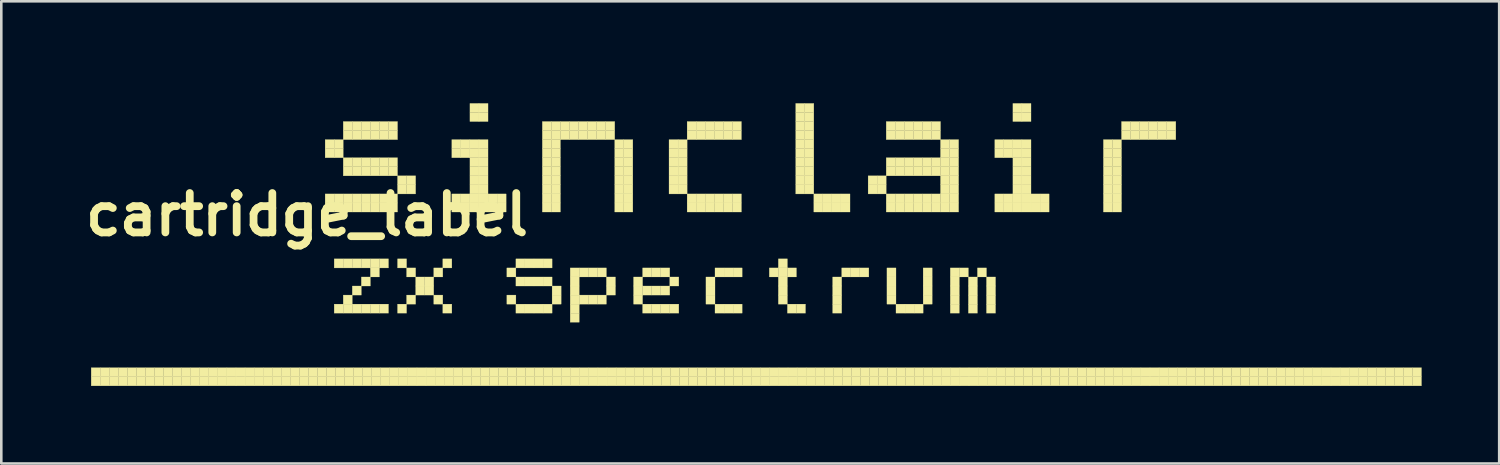
<source format=kicad_pcb>
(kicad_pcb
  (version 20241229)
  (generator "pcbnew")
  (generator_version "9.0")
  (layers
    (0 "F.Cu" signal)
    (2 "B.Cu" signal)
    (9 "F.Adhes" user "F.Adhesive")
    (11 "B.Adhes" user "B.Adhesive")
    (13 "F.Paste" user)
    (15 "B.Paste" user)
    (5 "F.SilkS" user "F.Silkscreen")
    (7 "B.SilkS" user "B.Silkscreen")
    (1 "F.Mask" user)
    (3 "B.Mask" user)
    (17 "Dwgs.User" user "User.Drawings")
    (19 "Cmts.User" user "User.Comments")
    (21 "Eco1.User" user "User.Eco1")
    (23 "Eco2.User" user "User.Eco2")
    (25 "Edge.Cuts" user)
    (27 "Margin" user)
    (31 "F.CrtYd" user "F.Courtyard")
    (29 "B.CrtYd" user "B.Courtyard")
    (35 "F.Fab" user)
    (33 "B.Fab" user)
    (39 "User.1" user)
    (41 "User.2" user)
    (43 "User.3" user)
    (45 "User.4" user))
  (footprint "cartridge_label"
    (layer "F.Cu")
    (at 8.825 0.25)
    (property "Reference" "cartridge_label" (at 0 5 0) (layer "F.SilkS") (effects (font (size 1.524 1.524) (thickness 0.3))))
    (attr through_hole)
    (fp_poly (pts (xy -8.348 10.922) (xy -7.998 10.922) (xy -7.998 11.272) (xy -8.348 11.272) (xy -8.348 10.922)) (stroke (width 0.01) (type solid)) (fill yes) (layer "F.SilkS"))
    (fp_poly (pts (xy -8.348 11.272) (xy -7.998 11.272) (xy -7.998 11.622) (xy -8.348 11.622) (xy -8.348 11.272)) (stroke (width 0.01) (type solid)) (fill yes) (layer "F.SilkS"))
    (fp_poly (pts (xy -7.998 10.922) (xy -7.648 10.922) (xy -7.648 11.272) (xy -7.998 11.272) (xy -7.998 10.922)) (stroke (width 0.01) (type solid)) (fill yes) (layer "F.SilkS"))
    (fp_poly (pts (xy -7.998 11.272) (xy -7.648 11.272) (xy -7.648 11.622) (xy -7.998 11.622) (xy -7.998 11.272)) (stroke (width 0.01) (type solid)) (fill yes) (layer "F.SilkS"))
    (fp_poly (pts (xy -7.648 10.922) (xy -7.298 10.922) (xy -7.298 11.272) (xy -7.648 11.272) (xy -7.648 10.922)) (stroke (width 0.01) (type solid)) (fill yes) (layer "F.SilkS"))
    (fp_poly (pts (xy -7.648 11.272) (xy -7.298 11.272) (xy -7.298 11.622) (xy -7.648 11.622) (xy -7.648 11.272)) (stroke (width 0.01) (type solid)) (fill yes) (layer "F.SilkS"))
    (fp_poly (pts (xy -7.298 10.922) (xy -6.948 10.922) (xy -6.948 11.272) (xy -7.298 11.272) (xy -7.298 10.922)) (stroke (width 0.01) (type solid)) (fill yes) (layer "F.SilkS"))
    (fp_poly (pts (xy -7.298 11.272) (xy -6.948 11.272) (xy -6.948 11.622) (xy -7.298 11.622) (xy -7.298 11.272)) (stroke (width 0.01) (type solid)) (fill yes) (layer "F.SilkS"))
    (fp_poly (pts (xy -6.948 10.922) (xy -6.598 10.922) (xy -6.598 11.272) (xy -6.948 11.272) (xy -6.948 10.922)) (stroke (width 0.01) (type solid)) (fill yes) (layer "F.SilkS"))
    (fp_poly (pts (xy -6.948 11.272) (xy -6.598 11.272) (xy -6.598 11.622) (xy -6.948 11.622) (xy -6.948 11.272)) (stroke (width 0.01) (type solid)) (fill yes) (layer "F.SilkS"))
    (fp_poly (pts (xy -6.598 10.922) (xy -6.248 10.922) (xy -6.248 11.272) (xy -6.598 11.272) (xy -6.598 10.922)) (stroke (width 0.01) (type solid)) (fill yes) (layer "F.SilkS"))
    (fp_poly (pts (xy -6.598 11.272) (xy -6.248 11.272) (xy -6.248 11.622) (xy -6.598 11.622) (xy -6.598 11.272)) (stroke (width 0.01) (type solid)) (fill yes) (layer "F.SilkS"))
    (fp_poly (pts (xy -6.248 10.922) (xy -5.898 10.922) (xy -5.898 11.272) (xy -6.248 11.272) (xy -6.248 10.922)) (stroke (width 0.01) (type solid)) (fill yes) (layer "F.SilkS"))
    (fp_poly (pts (xy -6.248 11.272) (xy -5.898 11.272) (xy -5.898 11.622) (xy -6.248 11.622) (xy -6.248 11.272)) (stroke (width 0.01) (type solid)) (fill yes) (layer "F.SilkS"))
    (fp_poly (pts (xy -5.898 10.922) (xy -5.548 10.922) (xy -5.548 11.272) (xy -5.898 11.272) (xy -5.898 10.922)) (stroke (width 0.01) (type solid)) (fill yes) (layer "F.SilkS"))
    (fp_poly (pts (xy -5.898 11.272) (xy -5.548 11.272) (xy -5.548 11.622) (xy -5.898 11.622) (xy -5.898 11.272)) (stroke (width 0.01) (type solid)) (fill yes) (layer "F.SilkS"))
    (fp_poly (pts (xy -5.548 10.922) (xy -5.198 10.922) (xy -5.198 11.272) (xy -5.548 11.272) (xy -5.548 10.922)) (stroke (width 0.01) (type solid)) (fill yes) (layer "F.SilkS"))
    (fp_poly (pts (xy -5.548 11.272) (xy -5.198 11.272) (xy -5.198 11.622) (xy -5.548 11.622) (xy -5.548 11.272)) (stroke (width 0.01) (type solid)) (fill yes) (layer "F.SilkS"))
    (fp_poly (pts (xy -5.198 10.922) (xy -4.848 10.922) (xy -4.848 11.272) (xy -5.198 11.272) (xy -5.198 10.922)) (stroke (width 0.01) (type solid)) (fill yes) (layer "F.SilkS"))
    (fp_poly (pts (xy -5.198 11.272) (xy -4.848 11.272) (xy -4.848 11.622) (xy -5.198 11.622) (xy -5.198 11.272)) (stroke (width 0.01) (type solid)) (fill yes) (layer "F.SilkS"))
    (fp_poly (pts (xy -4.848 10.922) (xy -4.498 10.922) (xy -4.498 11.272) (xy -4.848 11.272) (xy -4.848 10.922)) (stroke (width 0.01) (type solid)) (fill yes) (layer "F.SilkS"))
    (fp_poly (pts (xy -4.848 11.272) (xy -4.498 11.272) (xy -4.498 11.622) (xy -4.848 11.622) (xy -4.848 11.272)) (stroke (width 0.01) (type solid)) (fill yes) (layer "F.SilkS"))
    (fp_poly (pts (xy -4.498 10.922) (xy -4.148 10.922) (xy -4.148 11.272) (xy -4.498 11.272) (xy -4.498 10.922)) (stroke (width 0.01) (type solid)) (fill yes) (layer "F.SilkS"))
    (fp_poly (pts (xy -4.498 11.272) (xy -4.148 11.272) (xy -4.148 11.622) (xy -4.498 11.622) (xy -4.498 11.272)) (stroke (width 0.01) (type solid)) (fill yes) (layer "F.SilkS"))
    (fp_poly (pts (xy -4.148 10.922) (xy -3.798 10.922) (xy -3.798 11.272) (xy -4.148 11.272) (xy -4.148 10.922)) (stroke (width 0.01) (type solid)) (fill yes) (layer "F.SilkS"))
    (fp_poly (pts (xy -4.148 11.272) (xy -3.798 11.272) (xy -3.798 11.622) (xy -4.148 11.622) (xy -4.148 11.272)) (stroke (width 0.01) (type solid)) (fill yes) (layer "F.SilkS"))
    (fp_poly (pts (xy -3.798 10.922) (xy -3.448 10.922) (xy -3.448 11.272) (xy -3.798 11.272) (xy -3.798 10.922)) (stroke (width 0.01) (type solid)) (fill yes) (layer "F.SilkS"))
    (fp_poly (pts (xy -3.798 11.272) (xy -3.448 11.272) (xy -3.448 11.622) (xy -3.798 11.622) (xy -3.798 11.272)) (stroke (width 0.01) (type solid)) (fill yes) (layer "F.SilkS"))
    (fp_poly (pts (xy -3.448 10.922) (xy -3.098 10.922) (xy -3.098 11.272) (xy -3.448 11.272) (xy -3.448 10.922)) (stroke (width 0.01) (type solid)) (fill yes) (layer "F.SilkS"))
    (fp_poly (pts (xy -3.448 11.272) (xy -3.098 11.272) (xy -3.098 11.622) (xy -3.448 11.622) (xy -3.448 11.272)) (stroke (width 0.01) (type solid)) (fill yes) (layer "F.SilkS"))
    (fp_poly (pts (xy -3.098 10.922) (xy -2.748 10.922) (xy -2.748 11.272) (xy -3.098 11.272) (xy -3.098 10.922)) (stroke (width 0.01) (type solid)) (fill yes) (layer "F.SilkS"))
    (fp_poly (pts (xy -3.098 11.272) (xy -2.748 11.272) (xy -2.748 11.622) (xy -3.098 11.622) (xy -3.098 11.272)) (stroke (width 0.01) (type solid)) (fill yes) (layer "F.SilkS"))
    (fp_poly (pts (xy -2.748 10.922) (xy -2.398 10.922) (xy -2.398 11.272) (xy -2.748 11.272) (xy -2.748 10.922)) (stroke (width 0.01) (type solid)) (fill yes) (layer "F.SilkS"))
    (fp_poly (pts (xy -2.748 11.272) (xy -2.398 11.272) (xy -2.398 11.622) (xy -2.748 11.622) (xy -2.748 11.272)) (stroke (width 0.01) (type solid)) (fill yes) (layer "F.SilkS"))
    (fp_poly (pts (xy -2.398 10.922) (xy -2.048 10.922) (xy -2.048 11.272) (xy -2.398 11.272) (xy -2.398 10.922)) (stroke (width 0.01) (type solid)) (fill yes) (layer "F.SilkS"))
    (fp_poly (pts (xy -2.398 11.272) (xy -2.048 11.272) (xy -2.048 11.622) (xy -2.398 11.622) (xy -2.398 11.272)) (stroke (width 0.01) (type solid)) (fill yes) (layer "F.SilkS"))
    (fp_poly (pts (xy -2.048 10.922) (xy -1.698 10.922) (xy -1.698 11.272) (xy -2.048 11.272) (xy -2.048 10.922)) (stroke (width 0.01) (type solid)) (fill yes) (layer "F.SilkS"))
    (fp_poly (pts (xy -2.048 11.272) (xy -1.698 11.272) (xy -1.698 11.622) (xy -2.048 11.622) (xy -2.048 11.272)) (stroke (width 0.01) (type solid)) (fill yes) (layer "F.SilkS"))
    (fp_poly (pts (xy -1.698 10.922) (xy -1.348 10.922) (xy -1.348 11.272) (xy -1.698 11.272) (xy -1.698 10.922)) (stroke (width 0.01) (type solid)) (fill yes) (layer "F.SilkS"))
    (fp_poly (pts (xy -1.698 11.272) (xy -1.348 11.272) (xy -1.348 11.622) (xy -1.698 11.622) (xy -1.698 11.272)) (stroke (width 0.01) (type solid)) (fill yes) (layer "F.SilkS"))
    (fp_poly (pts (xy -1.348 10.922) (xy -0.998 10.922) (xy -0.998 11.272) (xy -1.348 11.272) (xy -1.348 10.922)) (stroke (width 0.01) (type solid)) (fill yes) (layer "F.SilkS"))
    (fp_poly (pts (xy -1.348 11.272) (xy -0.998 11.272) (xy -0.998 11.622) (xy -1.348 11.622) (xy -1.348 11.272)) (stroke (width 0.01) (type solid)) (fill yes) (layer "F.SilkS"))
    (fp_poly (pts (xy -0.998 10.922) (xy -0.648 10.922) (xy -0.648 11.272) (xy -0.998 11.272) (xy -0.998 10.922)) (stroke (width 0.01) (type solid)) (fill yes) (layer "F.SilkS"))
    (fp_poly (pts (xy -0.998 11.272) (xy -0.648 11.272) (xy -0.648 11.622) (xy -0.998 11.622) (xy -0.998 11.272)) (stroke (width 0.01) (type solid)) (fill yes) (layer "F.SilkS"))
    (fp_poly (pts (xy -0.648 10.922) (xy -0.298 10.922) (xy -0.298 11.272) (xy -0.648 11.272) (xy -0.648 10.922)) (stroke (width 0.01) (type solid)) (fill yes) (layer "F.SilkS"))
    (fp_poly (pts (xy -0.648 11.272) (xy -0.298 11.272) (xy -0.298 11.622) (xy -0.648 11.622) (xy -0.648 11.272)) (stroke (width 0.01) (type solid)) (fill yes) (layer "F.SilkS"))
    (fp_poly (pts (xy -0.298 10.922) (xy 0.052 10.922) (xy 0.052 11.272) (xy -0.298 11.272) (xy -0.298 10.922)) (stroke (width 0.01) (type solid)) (fill yes) (layer "F.SilkS"))
    (fp_poly (pts (xy -0.298 11.272) (xy 0.052 11.272) (xy 0.052 11.622) (xy -0.298 11.622) (xy -0.298 11.272)) (stroke (width 0.01) (type solid)) (fill yes) (layer "F.SilkS"))
    (fp_poly (pts (xy 0.052 10.922) (xy 0.402 10.922) (xy 0.402 11.272) (xy 0.052 11.272) (xy 0.052 10.922)) (stroke (width 0.01) (type solid)) (fill yes) (layer "F.SilkS"))
    (fp_poly (pts (xy 0.052 11.272) (xy 0.402 11.272) (xy 0.402 11.622) (xy 0.052 11.622) (xy 0.052 11.272)) (stroke (width 0.01) (type solid)) (fill yes) (layer "F.SilkS"))
    (fp_poly (pts (xy 0.402 10.922) (xy 0.752 10.922) (xy 0.752 11.272) (xy 0.402 11.272) (xy 0.402 10.922)) (stroke (width 0.01) (type solid)) (fill yes) (layer "F.SilkS"))
    (fp_poly (pts (xy 0.402 11.272) (xy 0.752 11.272) (xy 0.752 11.622) (xy 0.402 11.622) (xy 0.402 11.272)) (stroke (width 0.01) (type solid)) (fill yes) (layer "F.SilkS"))
    (fp_poly (pts (xy 0.7 2.1) (xy 1.05 2.1) (xy 1.05 2.45) (xy 0.7 2.45) (xy 0.7 2.1)) (stroke (width 0.01) (type solid)) (fill yes) (layer "F.SilkS"))
    (fp_poly (pts (xy 0.7 2.45) (xy 1.05 2.45) (xy 1.05 2.8) (xy 0.7 2.8) (xy 0.7 2.45)) (stroke (width 0.01) (type solid)) (fill yes) (layer "F.SilkS"))
    (fp_poly (pts (xy 0.7 4.2) (xy 1.05 4.2) (xy 1.05 4.55) (xy 0.7 4.55) (xy 0.7 4.2)) (stroke (width 0.01) (type solid)) (fill yes) (layer "F.SilkS"))
    (fp_poly (pts (xy 0.7 4.55) (xy 1.05 4.55) (xy 1.05 4.9) (xy 0.7 4.9) (xy 0.7 4.55)) (stroke (width 0.01) (type solid)) (fill yes) (layer "F.SilkS"))
    (fp_poly (pts (xy 0.752 10.922) (xy 1.102 10.922) (xy 1.102 11.272) (xy 0.752 11.272) (xy 0.752 10.922)) (stroke (width 0.01) (type solid)) (fill yes) (layer "F.SilkS"))
    (fp_poly (pts (xy 0.752 11.272) (xy 1.102 11.272) (xy 1.102 11.622) (xy 0.752 11.622) (xy 0.752 11.272)) (stroke (width 0.01) (type solid)) (fill yes) (layer "F.SilkS"))
    (fp_poly (pts (xy 1.05 2.1) (xy 1.4 2.1) (xy 1.4 2.45) (xy 1.05 2.45) (xy 1.05 2.1)) (stroke (width 0.01) (type solid)) (fill yes) (layer "F.SilkS"))
    (fp_poly (pts (xy 1.05 2.45) (xy 1.4 2.45) (xy 1.4 2.8) (xy 1.05 2.8) (xy 1.05 2.45)) (stroke (width 0.01) (type solid)) (fill yes) (layer "F.SilkS"))
    (fp_poly (pts (xy 1.05 4.2) (xy 1.4 4.2) (xy 1.4 4.55) (xy 1.05 4.55) (xy 1.05 4.2)) (stroke (width 0.01) (type solid)) (fill yes) (layer "F.SilkS"))
    (fp_poly (pts (xy 1.05 4.55) (xy 1.4 4.55) (xy 1.4 4.9) (xy 1.05 4.9) (xy 1.05 4.55)) (stroke (width 0.01) (type solid)) (fill yes) (layer "F.SilkS"))
    (fp_poly (pts (xy 1.05 6.712) (xy 1.4 6.712) (xy 1.4 7.062) (xy 1.05 7.062) (xy 1.05 6.712)) (stroke (width 0.01) (type solid)) (fill yes) (layer "F.SilkS"))
    (fp_poly (pts (xy 1.05 8.462) (xy 1.4 8.462) (xy 1.4 8.812) (xy 1.05 8.812) (xy 1.05 8.462)) (stroke (width 0.01) (type solid)) (fill yes) (layer "F.SilkS"))
    (fp_poly (pts (xy 1.102 10.922) (xy 1.452 10.922) (xy 1.452 11.272) (xy 1.102 11.272) (xy 1.102 10.922)) (stroke (width 0.01) (type solid)) (fill yes) (layer "F.SilkS"))
    (fp_poly (pts (xy 1.102 11.272) (xy 1.452 11.272) (xy 1.452 11.622) (xy 1.102 11.622) (xy 1.102 11.272)) (stroke (width 0.01) (type solid)) (fill yes) (layer "F.SilkS"))
    (fp_poly (pts (xy 1.4 1.4) (xy 1.75 1.4) (xy 1.75 1.75) (xy 1.4 1.75) (xy 1.4 1.4)) (stroke (width 0.01) (type solid)) (fill yes) (layer "F.SilkS"))
    (fp_poly (pts (xy 1.4 1.75) (xy 1.75 1.75) (xy 1.75 2.1) (xy 1.4 2.1) (xy 1.4 1.75)) (stroke (width 0.01) (type solid)) (fill yes) (layer "F.SilkS"))
    (fp_poly (pts (xy 1.4 2.8) (xy 1.75 2.8) (xy 1.75 3.15) (xy 1.4 3.15) (xy 1.4 2.8)) (stroke (width 0.01) (type solid)) (fill yes) (layer "F.SilkS"))
    (fp_poly (pts (xy 1.4 3.15) (xy 1.75 3.15) (xy 1.75 3.5) (xy 1.4 3.5) (xy 1.4 3.15)) (stroke (width 0.01) (type solid)) (fill yes) (layer "F.SilkS"))
    (fp_poly (pts (xy 1.4 4.2) (xy 1.75 4.2) (xy 1.75 4.55) (xy 1.4 4.55) (xy 1.4 4.2)) (stroke (width 0.01) (type solid)) (fill yes) (layer "F.SilkS"))
    (fp_poly (pts (xy 1.4 4.55) (xy 1.75 4.55) (xy 1.75 4.9) (xy 1.4 4.9) (xy 1.4 4.55)) (stroke (width 0.01) (type solid)) (fill yes) (layer "F.SilkS"))
    (fp_poly (pts (xy 1.4 6.712) (xy 1.75 6.712) (xy 1.75 7.062) (xy 1.4 7.062) (xy 1.4 6.712)) (stroke (width 0.01) (type solid)) (fill yes) (layer "F.SilkS"))
    (fp_poly (pts (xy 1.4 8.112) (xy 1.75 8.112) (xy 1.75 8.462) (xy 1.4 8.462) (xy 1.4 8.112)) (stroke (width 0.01) (type solid)) (fill yes) (layer "F.SilkS"))
    (fp_poly (pts (xy 1.4 8.462) (xy 1.75 8.462) (xy 1.75 8.812) (xy 1.4 8.812) (xy 1.4 8.462)) (stroke (width 0.01) (type solid)) (fill yes) (layer "F.SilkS"))
    (fp_poly (pts (xy 1.452 10.922) (xy 1.802 10.922) (xy 1.802 11.272) (xy 1.452 11.272) (xy 1.452 10.922)) (stroke (width 0.01) (type solid)) (fill yes) (layer "F.SilkS"))
    (fp_poly (pts (xy 1.452 11.272) (xy 1.802 11.272) (xy 1.802 11.622) (xy 1.452 11.622) (xy 1.452 11.272)) (stroke (width 0.01) (type solid)) (fill yes) (layer "F.SilkS"))
    (fp_poly (pts (xy 1.75 1.4) (xy 2.1 1.4) (xy 2.1 1.75) (xy 1.75 1.75) (xy 1.75 1.4)) (stroke (width 0.01) (type solid)) (fill yes) (layer "F.SilkS"))
    (fp_poly (pts (xy 1.75 1.75) (xy 2.1 1.75) (xy 2.1 2.1) (xy 1.75 2.1) (xy 1.75 1.75)) (stroke (width 0.01) (type solid)) (fill yes) (layer "F.SilkS"))
    (fp_poly (pts (xy 1.75 2.8) (xy 2.1 2.8) (xy 2.1 3.15) (xy 1.75 3.15) (xy 1.75 2.8)) (stroke (width 0.01) (type solid)) (fill yes) (layer "F.SilkS"))
    (fp_poly (pts (xy 1.75 3.15) (xy 2.1 3.15) (xy 2.1 3.5) (xy 1.75 3.5) (xy 1.75 3.15)) (stroke (width 0.01) (type solid)) (fill yes) (layer "F.SilkS"))
    (fp_poly (pts (xy 1.75 4.2) (xy 2.1 4.2) (xy 2.1 4.55) (xy 1.75 4.55) (xy 1.75 4.2)) (stroke (width 0.01) (type solid)) (fill yes) (layer "F.SilkS"))
    (fp_poly (pts (xy 1.75 4.55) (xy 2.1 4.55) (xy 2.1 4.9) (xy 1.75 4.9) (xy 1.75 4.55)) (stroke (width 0.01) (type solid)) (fill yes) (layer "F.SilkS"))
    (fp_poly (pts (xy 1.75 6.712) (xy 2.1 6.712) (xy 2.1 7.062) (xy 1.75 7.062) (xy 1.75 6.712)) (stroke (width 0.01) (type solid)) (fill yes) (layer "F.SilkS"))
    (fp_poly (pts (xy 1.75 7.762) (xy 2.1 7.762) (xy 2.1 8.112) (xy 1.75 8.112) (xy 1.75 7.762)) (stroke (width 0.01) (type solid)) (fill yes) (layer "F.SilkS"))
    (fp_poly (pts (xy 1.75 8.462) (xy 2.1 8.462) (xy 2.1 8.812) (xy 1.75 8.812) (xy 1.75 8.462)) (stroke (width 0.01) (type solid)) (fill yes) (layer "F.SilkS"))
    (fp_poly (pts (xy 1.802 10.922) (xy 2.152 10.922) (xy 2.152 11.272) (xy 1.802 11.272) (xy 1.802 10.922)) (stroke (width 0.01) (type solid)) (fill yes) (layer "F.SilkS"))
    (fp_poly (pts (xy 1.802 11.272) (xy 2.152 11.272) (xy 2.152 11.622) (xy 1.802 11.622) (xy 1.802 11.272)) (stroke (width 0.01) (type solid)) (fill yes) (layer "F.SilkS"))
    (fp_poly (pts (xy 2.1 1.4) (xy 2.45 1.4) (xy 2.45 1.75) (xy 2.1 1.75) (xy 2.1 1.4)) (stroke (width 0.01) (type solid)) (fill yes) (layer "F.SilkS"))
    (fp_poly (pts (xy 2.1 1.75) (xy 2.45 1.75) (xy 2.45 2.1) (xy 2.1 2.1) (xy 2.1 1.75)) (stroke (width 0.01) (type solid)) (fill yes) (layer "F.SilkS"))
    (fp_poly (pts (xy 2.1 2.8) (xy 2.45 2.8) (xy 2.45 3.15) (xy 2.1 3.15) (xy 2.1 2.8)) (stroke (width 0.01) (type solid)) (fill yes) (layer "F.SilkS"))
    (fp_poly (pts (xy 2.1 3.15) (xy 2.45 3.15) (xy 2.45 3.5) (xy 2.1 3.5) (xy 2.1 3.15)) (stroke (width 0.01) (type solid)) (fill yes) (layer "F.SilkS"))
    (fp_poly (pts (xy 2.1 4.2) (xy 2.45 4.2) (xy 2.45 4.55) (xy 2.1 4.55) (xy 2.1 4.2)) (stroke (width 0.01) (type solid)) (fill yes) (layer "F.SilkS"))
    (fp_poly (pts (xy 2.1 4.55) (xy 2.45 4.55) (xy 2.45 4.9) (xy 2.1 4.9) (xy 2.1 4.55)) (stroke (width 0.01) (type solid)) (fill yes) (layer "F.SilkS"))
    (fp_poly (pts (xy 2.1 6.712) (xy 2.45 6.712) (xy 2.45 7.062) (xy 2.1 7.062) (xy 2.1 6.712)) (stroke (width 0.01) (type solid)) (fill yes) (layer "F.SilkS"))
    (fp_poly (pts (xy 2.1 7.412) (xy 2.45 7.412) (xy 2.45 7.762) (xy 2.1 7.762) (xy 2.1 7.412)) (stroke (width 0.01) (type solid)) (fill yes) (layer "F.SilkS"))
    (fp_poly (pts (xy 2.1 8.462) (xy 2.45 8.462) (xy 2.45 8.812) (xy 2.1 8.812) (xy 2.1 8.462)) (stroke (width 0.01) (type solid)) (fill yes) (layer "F.SilkS"))
    (fp_poly (pts (xy 2.152 10.922) (xy 2.502 10.922) (xy 2.502 11.272) (xy 2.152 11.272) (xy 2.152 10.922)) (stroke (width 0.01) (type solid)) (fill yes) (layer "F.SilkS"))
    (fp_poly (pts (xy 2.152 11.272) (xy 2.502 11.272) (xy 2.502 11.622) (xy 2.152 11.622) (xy 2.152 11.272)) (stroke (width 0.01) (type solid)) (fill yes) (layer "F.SilkS"))
    (fp_poly (pts (xy 2.45 1.4) (xy 2.8 1.4) (xy 2.8 1.75) (xy 2.45 1.75) (xy 2.45 1.4)) (stroke (width 0.01) (type solid)) (fill yes) (layer "F.SilkS"))
    (fp_poly (pts (xy 2.45 1.75) (xy 2.8 1.75) (xy 2.8 2.1) (xy 2.45 2.1) (xy 2.45 1.75)) (stroke (width 0.01) (type solid)) (fill yes) (layer "F.SilkS"))
    (fp_poly (pts (xy 2.45 2.8) (xy 2.8 2.8) (xy 2.8 3.15) (xy 2.45 3.15) (xy 2.45 2.8)) (stroke (width 0.01) (type solid)) (fill yes) (layer "F.SilkS"))
    (fp_poly (pts (xy 2.45 3.15) (xy 2.8 3.15) (xy 2.8 3.5) (xy 2.45 3.5) (xy 2.45 3.15)) (stroke (width 0.01) (type solid)) (fill yes) (layer "F.SilkS"))
    (fp_poly (pts (xy 2.45 4.2) (xy 2.8 4.2) (xy 2.8 4.55) (xy 2.45 4.55) (xy 2.45 4.2)) (stroke (width 0.01) (type solid)) (fill yes) (layer "F.SilkS"))
    (fp_poly (pts (xy 2.45 4.55) (xy 2.8 4.55) (xy 2.8 4.9) (xy 2.45 4.9) (xy 2.45 4.55)) (stroke (width 0.01) (type solid)) (fill yes) (layer "F.SilkS"))
    (fp_poly (pts (xy 2.45 6.712) (xy 2.8 6.712) (xy 2.8 7.062) (xy 2.45 7.062) (xy 2.45 6.712)) (stroke (width 0.01) (type solid)) (fill yes) (layer "F.SilkS"))
    (fp_poly (pts (xy 2.45 7.062) (xy 2.8 7.062) (xy 2.8 7.412) (xy 2.45 7.412) (xy 2.45 7.062)) (stroke (width 0.01) (type solid)) (fill yes) (layer "F.SilkS"))
    (fp_poly (pts (xy 2.45 8.462) (xy 2.8 8.462) (xy 2.8 8.812) (xy 2.45 8.812) (xy 2.45 8.462)) (stroke (width 0.01) (type solid)) (fill yes) (layer "F.SilkS"))
    (fp_poly (pts (xy 2.502 10.922) (xy 2.852 10.922) (xy 2.852 11.272) (xy 2.502 11.272) (xy 2.502 10.922)) (stroke (width 0.01) (type solid)) (fill yes) (layer "F.SilkS"))
    (fp_poly (pts (xy 2.502 11.272) (xy 2.852 11.272) (xy 2.852 11.622) (xy 2.502 11.622) (xy 2.502 11.272)) (stroke (width 0.01) (type solid)) (fill yes) (layer "F.SilkS"))
    (fp_poly (pts (xy 2.8 1.4) (xy 3.15 1.4) (xy 3.15 1.75) (xy 2.8 1.75) (xy 2.8 1.4)) (stroke (width 0.01) (type solid)) (fill yes) (layer "F.SilkS"))
    (fp_poly (pts (xy 2.8 1.75) (xy 3.15 1.75) (xy 3.15 2.1) (xy 2.8 2.1) (xy 2.8 1.75)) (stroke (width 0.01) (type solid)) (fill yes) (layer "F.SilkS"))
    (fp_poly (pts (xy 2.8 2.8) (xy 3.15 2.8) (xy 3.15 3.15) (xy 2.8 3.15) (xy 2.8 2.8)) (stroke (width 0.01) (type solid)) (fill yes) (layer "F.SilkS"))
    (fp_poly (pts (xy 2.8 3.15) (xy 3.15 3.15) (xy 3.15 3.5) (xy 2.8 3.5) (xy 2.8 3.15)) (stroke (width 0.01) (type solid)) (fill yes) (layer "F.SilkS"))
    (fp_poly (pts (xy 2.8 4.2) (xy 3.15 4.2) (xy 3.15 4.55) (xy 2.8 4.55) (xy 2.8 4.2)) (stroke (width 0.01) (type solid)) (fill yes) (layer "F.SilkS"))
    (fp_poly (pts (xy 2.8 4.55) (xy 3.15 4.55) (xy 3.15 4.9) (xy 2.8 4.9) (xy 2.8 4.55)) (stroke (width 0.01) (type solid)) (fill yes) (layer "F.SilkS"))
    (fp_poly (pts (xy 2.8 6.712) (xy 3.15 6.712) (xy 3.15 7.062) (xy 2.8 7.062) (xy 2.8 6.712)) (stroke (width 0.01) (type solid)) (fill yes) (layer "F.SilkS"))
    (fp_poly (pts (xy 2.8 8.462) (xy 3.15 8.462) (xy 3.15 8.812) (xy 2.8 8.812) (xy 2.8 8.462)) (stroke (width 0.01) (type solid)) (fill yes) (layer "F.SilkS"))
    (fp_poly (pts (xy 2.852 10.922) (xy 3.202 10.922) (xy 3.202 11.272) (xy 2.852 11.272) (xy 2.852 10.922)) (stroke (width 0.01) (type solid)) (fill yes) (layer "F.SilkS"))
    (fp_poly (pts (xy 2.852 11.272) (xy 3.202 11.272) (xy 3.202 11.622) (xy 2.852 11.622) (xy 2.852 11.272)) (stroke (width 0.01) (type solid)) (fill yes) (layer "F.SilkS"))
    (fp_poly (pts (xy 3.15 1.4) (xy 3.5 1.4) (xy 3.5 1.75) (xy 3.15 1.75) (xy 3.15 1.4)) (stroke (width 0.01) (type solid)) (fill yes) (layer "F.SilkS"))
    (fp_poly (pts (xy 3.15 1.75) (xy 3.5 1.75) (xy 3.5 2.1) (xy 3.15 2.1) (xy 3.15 1.75)) (stroke (width 0.01) (type solid)) (fill yes) (layer "F.SilkS"))
    (fp_poly (pts (xy 3.15 2.8) (xy 3.5 2.8) (xy 3.5 3.15) (xy 3.15 3.15) (xy 3.15 2.8)) (stroke (width 0.01) (type solid)) (fill yes) (layer "F.SilkS"))
    (fp_poly (pts (xy 3.15 3.15) (xy 3.5 3.15) (xy 3.5 3.5) (xy 3.15 3.5) (xy 3.15 3.15)) (stroke (width 0.01) (type solid)) (fill yes) (layer "F.SilkS"))
    (fp_poly (pts (xy 3.15 4.2) (xy 3.5 4.2) (xy 3.5 4.55) (xy 3.15 4.55) (xy 3.15 4.2)) (stroke (width 0.01) (type solid)) (fill yes) (layer "F.SilkS"))
    (fp_poly (pts (xy 3.15 4.55) (xy 3.5 4.55) (xy 3.5 4.9) (xy 3.15 4.9) (xy 3.15 4.55)) (stroke (width 0.01) (type solid)) (fill yes) (layer "F.SilkS"))
    (fp_poly (pts (xy 3.202 10.922) (xy 3.552 10.922) (xy 3.552 11.272) (xy 3.202 11.272) (xy 3.202 10.922)) (stroke (width 0.01) (type solid)) (fill yes) (layer "F.SilkS"))
    (fp_poly (pts (xy 3.202 11.272) (xy 3.552 11.272) (xy 3.552 11.622) (xy 3.202 11.622) (xy 3.202 11.272)) (stroke (width 0.01) (type solid)) (fill yes) (layer "F.SilkS"))
    (fp_poly (pts (xy 3.5 3.5) (xy 3.85 3.5) (xy 3.85 3.85) (xy 3.5 3.85) (xy 3.5 3.5)) (stroke (width 0.01) (type solid)) (fill yes) (layer "F.SilkS"))
    (fp_poly (pts (xy 3.5 3.85) (xy 3.85 3.85) (xy 3.85 4.2) (xy 3.5 4.2) (xy 3.5 3.85)) (stroke (width 0.01) (type solid)) (fill yes) (layer "F.SilkS"))
    (fp_poly (pts (xy 3.5 6.712) (xy 3.85 6.712) (xy 3.85 7.062) (xy 3.5 7.062) (xy 3.5 6.712)) (stroke (width 0.01) (type solid)) (fill yes) (layer "F.SilkS"))
    (fp_poly (pts (xy 3.5 8.462) (xy 3.85 8.462) (xy 3.85 8.812) (xy 3.5 8.812) (xy 3.5 8.462)) (stroke (width 0.01) (type solid)) (fill yes) (layer "F.SilkS"))
    (fp_poly (pts (xy 3.552 10.922) (xy 3.902 10.922) (xy 3.902 11.272) (xy 3.552 11.272) (xy 3.552 10.922)) (stroke (width 0.01) (type solid)) (fill yes) (layer "F.SilkS"))
    (fp_poly (pts (xy 3.552 11.272) (xy 3.902 11.272) (xy 3.902 11.622) (xy 3.552 11.622) (xy 3.552 11.272)) (stroke (width 0.01) (type solid)) (fill yes) (layer "F.SilkS"))
    (fp_poly (pts (xy 3.85 3.5) (xy 4.2 3.5) (xy 4.2 3.85) (xy 3.85 3.85) (xy 3.85 3.5)) (stroke (width 0.01) (type solid)) (fill yes) (layer "F.SilkS"))
    (fp_poly (pts (xy 3.85 3.85) (xy 4.2 3.85) (xy 4.2 4.2) (xy 3.85 4.2) (xy 3.85 3.85)) (stroke (width 0.01) (type solid)) (fill yes) (layer "F.SilkS"))
    (fp_poly (pts (xy 3.85 7.062) (xy 4.2 7.062) (xy 4.2 7.412) (xy 3.85 7.412) (xy 3.85 7.062)) (stroke (width 0.01) (type solid)) (fill yes) (layer "F.SilkS"))
    (fp_poly (pts (xy 3.85 8.112) (xy 4.2 8.112) (xy 4.2 8.462) (xy 3.85 8.462) (xy 3.85 8.112)) (stroke (width 0.01) (type solid)) (fill yes) (layer "F.SilkS"))
    (fp_poly (pts (xy 3.902 10.922) (xy 4.252 10.922) (xy 4.252 11.272) (xy 3.902 11.272) (xy 3.902 10.922)) (stroke (width 0.01) (type solid)) (fill yes) (layer "F.SilkS"))
    (fp_poly (pts (xy 3.902 11.272) (xy 4.252 11.272) (xy 4.252 11.622) (xy 3.902 11.622) (xy 3.902 11.272)) (stroke (width 0.01) (type solid)) (fill yes) (layer "F.SilkS"))
    (fp_poly (pts (xy 4.2 7.412) (xy 4.55 7.412) (xy 4.55 7.762) (xy 4.2 7.762) (xy 4.2 7.412)) (stroke (width 0.01) (type solid)) (fill yes) (layer "F.SilkS"))
    (fp_poly (pts (xy 4.2 7.762) (xy 4.55 7.762) (xy 4.55 8.112) (xy 4.2 8.112) (xy 4.2 7.762)) (stroke (width 0.01) (type solid)) (fill yes) (layer "F.SilkS"))
    (fp_poly (pts (xy 4.252 10.922) (xy 4.602 10.922) (xy 4.602 11.272) (xy 4.252 11.272) (xy 4.252 10.922)) (stroke (width 0.01) (type solid)) (fill yes) (layer "F.SilkS"))
    (fp_poly (pts (xy 4.252 11.272) (xy 4.602 11.272) (xy 4.602 11.622) (xy 4.252 11.622) (xy 4.252 11.272)) (stroke (width 0.01) (type solid)) (fill yes) (layer "F.SilkS"))
    (fp_poly (pts (xy 4.55 7.412) (xy 4.9 7.412) (xy 4.9 7.762) (xy 4.55 7.762) (xy 4.55 7.412)) (stroke (width 0.01) (type solid)) (fill yes) (layer "F.SilkS"))
    (fp_poly (pts (xy 4.55 7.762) (xy 4.9 7.762) (xy 4.9 8.112) (xy 4.55 8.112) (xy 4.55 7.762)) (stroke (width 0.01) (type solid)) (fill yes) (layer "F.SilkS"))
    (fp_poly (pts (xy 4.602 10.922) (xy 4.952 10.922) (xy 4.952 11.272) (xy 4.602 11.272) (xy 4.602 10.922)) (stroke (width 0.01) (type solid)) (fill yes) (layer "F.SilkS"))
    (fp_poly (pts (xy 4.602 11.272) (xy 4.952 11.272) (xy 4.952 11.622) (xy 4.602 11.622) (xy 4.602 11.272)) (stroke (width 0.01) (type solid)) (fill yes) (layer "F.SilkS"))
    (fp_poly (pts (xy 4.9 7.062) (xy 5.25 7.062) (xy 5.25 7.412) (xy 4.9 7.412) (xy 4.9 7.062)) (stroke (width 0.01) (type solid)) (fill yes) (layer "F.SilkS"))
    (fp_poly (pts (xy 4.9 8.112) (xy 5.25 8.112) (xy 5.25 8.462) (xy 4.9 8.462) (xy 4.9 8.112)) (stroke (width 0.01) (type solid)) (fill yes) (layer "F.SilkS"))
    (fp_poly (pts (xy 4.952 10.922) (xy 5.302 10.922) (xy 5.302 11.272) (xy 4.952 11.272) (xy 4.952 10.922)) (stroke (width 0.01) (type solid)) (fill yes) (layer "F.SilkS"))
    (fp_poly (pts (xy 4.952 11.272) (xy 5.302 11.272) (xy 5.302 11.622) (xy 4.952 11.622) (xy 4.952 11.272)) (stroke (width 0.01) (type solid)) (fill yes) (layer "F.SilkS"))
    (fp_poly (pts (xy 5.25 6.712) (xy 5.6 6.712) (xy 5.6 7.062) (xy 5.25 7.062) (xy 5.25 6.712)) (stroke (width 0.01) (type solid)) (fill yes) (layer "F.SilkS"))
    (fp_poly (pts (xy 5.25 8.462) (xy 5.6 8.462) (xy 5.6 8.812) (xy 5.25 8.812) (xy 5.25 8.462)) (stroke (width 0.01) (type solid)) (fill yes) (layer "F.SilkS"))
    (fp_poly (pts (xy 5.302 10.922) (xy 5.652 10.922) (xy 5.652 11.272) (xy 5.302 11.272) (xy 5.302 10.922)) (stroke (width 0.01) (type solid)) (fill yes) (layer "F.SilkS"))
    (fp_poly (pts (xy 5.302 11.272) (xy 5.652 11.272) (xy 5.652 11.622) (xy 5.302 11.622) (xy 5.302 11.272)) (stroke (width 0.01) (type solid)) (fill yes) (layer "F.SilkS"))
    (fp_poly (pts (xy 5.6 2.1) (xy 5.95 2.1) (xy 5.95 2.45) (xy 5.6 2.45) (xy 5.6 2.1)) (stroke (width 0.01) (type solid)) (fill yes) (layer "F.SilkS"))
    (fp_poly (pts (xy 5.6 2.45) (xy 5.95 2.45) (xy 5.95 2.8) (xy 5.6 2.8) (xy 5.6 2.45)) (stroke (width 0.01) (type solid)) (fill yes) (layer "F.SilkS"))
    (fp_poly (pts (xy 5.6 4.2) (xy 5.95 4.2) (xy 5.95 4.55) (xy 5.6 4.55) (xy 5.6 4.2)) (stroke (width 0.01) (type solid)) (fill yes) (layer "F.SilkS"))
    (fp_poly (pts (xy 5.6 4.55) (xy 5.95 4.55) (xy 5.95 4.9) (xy 5.6 4.9) (xy 5.6 4.55)) (stroke (width 0.01) (type solid)) (fill yes) (layer "F.SilkS"))
    (fp_poly (pts (xy 5.652 10.922) (xy 6.002 10.922) (xy 6.002 11.272) (xy 5.652 11.272) (xy 5.652 10.922)) (stroke (width 0.01) (type solid)) (fill yes) (layer "F.SilkS"))
    (fp_poly (pts (xy 5.652 11.272) (xy 6.002 11.272) (xy 6.002 11.622) (xy 5.652 11.622) (xy 5.652 11.272)) (stroke (width 0.01) (type solid)) (fill yes) (layer "F.SilkS"))
    (fp_poly (pts (xy 5.95 2.1) (xy 6.3 2.1) (xy 6.3 2.45) (xy 5.95 2.45) (xy 5.95 2.1)) (stroke (width 0.01) (type solid)) (fill yes) (layer "F.SilkS"))
    (fp_poly (pts (xy 5.95 2.45) (xy 6.3 2.45) (xy 6.3 2.8) (xy 5.95 2.8) (xy 5.95 2.45)) (stroke (width 0.01) (type solid)) (fill yes) (layer "F.SilkS"))
    (fp_poly (pts (xy 5.95 4.2) (xy 6.3 4.2) (xy 6.3 4.55) (xy 5.95 4.55) (xy 5.95 4.2)) (stroke (width 0.01) (type solid)) (fill yes) (layer "F.SilkS"))
    (fp_poly (pts (xy 5.95 4.55) (xy 6.3 4.55) (xy 6.3 4.9) (xy 5.95 4.9) (xy 5.95 4.55)) (stroke (width 0.01) (type solid)) (fill yes) (layer "F.SilkS"))
    (fp_poly (pts (xy 6.002 10.922) (xy 6.352 10.922) (xy 6.352 11.272) (xy 6.002 11.272) (xy 6.002 10.922)) (stroke (width 0.01) (type solid)) (fill yes) (layer "F.SilkS"))
    (fp_poly (pts (xy 6.002 11.272) (xy 6.352 11.272) (xy 6.352 11.622) (xy 6.002 11.622) (xy 6.002 11.272)) (stroke (width 0.01) (type solid)) (fill yes) (layer "F.SilkS"))
    (fp_poly (pts (xy 6.3 0.7) (xy 6.65 0.7) (xy 6.65 1.05) (xy 6.3 1.05) (xy 6.3 0.7)) (stroke (width 0.01) (type solid)) (fill yes) (layer "F.SilkS"))
    (fp_poly (pts (xy 6.3 1.05) (xy 6.65 1.05) (xy 6.65 1.4) (xy 6.3 1.4) (xy 6.3 1.05)) (stroke (width 0.01) (type solid)) (fill yes) (layer "F.SilkS"))
    (fp_poly (pts (xy 6.3 2.1) (xy 6.65 2.1) (xy 6.65 2.45) (xy 6.3 2.45) (xy 6.3 2.1)) (stroke (width 0.01) (type solid)) (fill yes) (layer "F.SilkS"))
    (fp_poly (pts (xy 6.3 2.45) (xy 6.65 2.45) (xy 6.65 2.8) (xy 6.3 2.8) (xy 6.3 2.45)) (stroke (width 0.01) (type solid)) (fill yes) (layer "F.SilkS"))
    (fp_poly (pts (xy 6.3 2.8) (xy 6.65 2.8) (xy 6.65 3.15) (xy 6.3 3.15) (xy 6.3 2.8)) (stroke (width 0.01) (type solid)) (fill yes) (layer "F.SilkS"))
    (fp_poly (pts (xy 6.3 3.15) (xy 6.65 3.15) (xy 6.65 3.5) (xy 6.3 3.5) (xy 6.3 3.15)) (stroke (width 0.01) (type solid)) (fill yes) (layer "F.SilkS"))
    (fp_poly (pts (xy 6.3 3.5) (xy 6.65 3.5) (xy 6.65 3.85) (xy 6.3 3.85) (xy 6.3 3.5)) (stroke (width 0.01) (type solid)) (fill yes) (layer "F.SilkS"))
    (fp_poly (pts (xy 6.3 3.85) (xy 6.65 3.85) (xy 6.65 4.2) (xy 6.3 4.2) (xy 6.3 3.85)) (stroke (width 0.01) (type solid)) (fill yes) (layer "F.SilkS"))
    (fp_poly (pts (xy 6.3 4.2) (xy 6.65 4.2) (xy 6.65 4.55) (xy 6.3 4.55) (xy 6.3 4.2)) (stroke (width 0.01) (type solid)) (fill yes) (layer "F.SilkS"))
    (fp_poly (pts (xy 6.3 4.55) (xy 6.65 4.55) (xy 6.65 4.9) (xy 6.3 4.9) (xy 6.3 4.55)) (stroke (width 0.01) (type solid)) (fill yes) (layer "F.SilkS"))
    (fp_poly (pts (xy 6.352 10.922) (xy 6.702 10.922) (xy 6.702 11.272) (xy 6.352 11.272) (xy 6.352 10.922)) (stroke (width 0.01) (type solid)) (fill yes) (layer "F.SilkS"))
    (fp_poly (pts (xy 6.352 11.272) (xy 6.702 11.272) (xy 6.702 11.622) (xy 6.352 11.622) (xy 6.352 11.272)) (stroke (width 0.01) (type solid)) (fill yes) (layer "F.SilkS"))
    (fp_poly (pts (xy 6.65 0.7) (xy 7 0.7) (xy 7 1.05) (xy 6.65 1.05) (xy 6.65 0.7)) (stroke (width 0.01) (type solid)) (fill yes) (layer "F.SilkS"))
    (fp_poly (pts (xy 6.65 1.05) (xy 7 1.05) (xy 7 1.4) (xy 6.65 1.4) (xy 6.65 1.05)) (stroke (width 0.01) (type solid)) (fill yes) (layer "F.SilkS"))
    (fp_poly (pts (xy 6.65 2.1) (xy 7 2.1) (xy 7 2.45) (xy 6.65 2.45) (xy 6.65 2.1)) (stroke (width 0.01) (type solid)) (fill yes) (layer "F.SilkS"))
    (fp_poly (pts (xy 6.65 2.45) (xy 7 2.45) (xy 7 2.8) (xy 6.65 2.8) (xy 6.65 2.45)) (stroke (width 0.01) (type solid)) (fill yes) (layer "F.SilkS"))
    (fp_poly (pts (xy 6.65 2.8) (xy 7 2.8) (xy 7 3.15) (xy 6.65 3.15) (xy 6.65 2.8)) (stroke (width 0.01) (type solid)) (fill yes) (layer "F.SilkS"))
    (fp_poly (pts (xy 6.65 3.15) (xy 7 3.15) (xy 7 3.5) (xy 6.65 3.5) (xy 6.65 3.15)) (stroke (width 0.01) (type solid)) (fill yes) (layer "F.SilkS"))
    (fp_poly (pts (xy 6.65 3.5) (xy 7 3.5) (xy 7 3.85) (xy 6.65 3.85) (xy 6.65 3.5)) (stroke (width 0.01) (type solid)) (fill yes) (layer "F.SilkS"))
    (fp_poly (pts (xy 6.65 3.85) (xy 7 3.85) (xy 7 4.2) (xy 6.65 4.2) (xy 6.65 3.85)) (stroke (width 0.01) (type solid)) (fill yes) (layer "F.SilkS"))
    (fp_poly (pts (xy 6.65 4.2) (xy 7 4.2) (xy 7 4.55) (xy 6.65 4.55) (xy 6.65 4.2)) (stroke (width 0.01) (type solid)) (fill yes) (layer "F.SilkS"))
    (fp_poly (pts (xy 6.65 4.55) (xy 7 4.55) (xy 7 4.9) (xy 6.65 4.9) (xy 6.65 4.55)) (stroke (width 0.01) (type solid)) (fill yes) (layer "F.SilkS"))
    (fp_poly (pts (xy 6.702 10.922) (xy 7.052 10.922) (xy 7.052 11.272) (xy 6.702 11.272) (xy 6.702 10.922)) (stroke (width 0.01) (type solid)) (fill yes) (layer "F.SilkS"))
    (fp_poly (pts (xy 6.702 11.272) (xy 7.052 11.272) (xy 7.052 11.622) (xy 6.702 11.622) (xy 6.702 11.272)) (stroke (width 0.01) (type solid)) (fill yes) (layer "F.SilkS"))
    (fp_poly (pts (xy 7 4.2) (xy 7.35 4.2) (xy 7.35 4.55) (xy 7 4.55) (xy 7 4.2)) (stroke (width 0.01) (type solid)) (fill yes) (layer "F.SilkS"))
    (fp_poly (pts (xy 7 4.55) (xy 7.35 4.55) (xy 7.35 4.9) (xy 7 4.9) (xy 7 4.55)) (stroke (width 0.01) (type solid)) (fill yes) (layer "F.SilkS"))
    (fp_poly (pts (xy 7.052 10.922) (xy 7.402 10.922) (xy 7.402 11.272) (xy 7.052 11.272) (xy 7.052 10.922)) (stroke (width 0.01) (type solid)) (fill yes) (layer "F.SilkS"))
    (fp_poly (pts (xy 7.052 11.272) (xy 7.402 11.272) (xy 7.402 11.622) (xy 7.052 11.622) (xy 7.052 11.272)) (stroke (width 0.01) (type solid)) (fill yes) (layer "F.SilkS"))
    (fp_poly (pts (xy 7.35 4.2) (xy 7.7 4.2) (xy 7.7 4.55) (xy 7.35 4.55) (xy 7.35 4.2)) (stroke (width 0.01) (type solid)) (fill yes) (layer "F.SilkS"))
    (fp_poly (pts (xy 7.35 4.55) (xy 7.7 4.55) (xy 7.7 4.9) (xy 7.35 4.9) (xy 7.35 4.55)) (stroke (width 0.01) (type solid)) (fill yes) (layer "F.SilkS"))
    (fp_poly (pts (xy 7.402 10.922) (xy 7.752 10.922) (xy 7.752 11.272) (xy 7.402 11.272) (xy 7.402 10.922)) (stroke (width 0.01) (type solid)) (fill yes) (layer "F.SilkS"))
    (fp_poly (pts (xy 7.402 11.272) (xy 7.752 11.272) (xy 7.752 11.622) (xy 7.402 11.622) (xy 7.402 11.272)) (stroke (width 0.01) (type solid)) (fill yes) (layer "F.SilkS"))
    (fp_poly (pts (xy 7.728 7.062) (xy 8.078 7.062) (xy 8.078 7.412) (xy 7.728 7.412) (xy 7.728 7.062)) (stroke (width 0.01) (type solid)) (fill yes) (layer "F.SilkS"))
    (fp_poly (pts (xy 7.728 8.112) (xy 8.078 8.112) (xy 8.078 8.462) (xy 7.728 8.462) (xy 7.728 8.112)) (stroke (width 0.01) (type solid)) (fill yes) (layer "F.SilkS"))
    (fp_poly (pts (xy 7.752 10.922) (xy 8.102 10.922) (xy 8.102 11.272) (xy 7.752 11.272) (xy 7.752 10.922)) (stroke (width 0.01) (type solid)) (fill yes) (layer "F.SilkS"))
    (fp_poly (pts (xy 7.752 11.272) (xy 8.102 11.272) (xy 8.102 11.622) (xy 7.752 11.622) (xy 7.752 11.272)) (stroke (width 0.01) (type solid)) (fill yes) (layer "F.SilkS"))
    (fp_poly (pts (xy 8.078 6.712) (xy 8.428 6.712) (xy 8.428 7.062) (xy 8.078 7.062) (xy 8.078 6.712)) (stroke (width 0.01) (type solid)) (fill yes) (layer "F.SilkS"))
    (fp_poly (pts (xy 8.078 7.412) (xy 8.428 7.412) (xy 8.428 7.762) (xy 8.078 7.762) (xy 8.078 7.412)) (stroke (width 0.01) (type solid)) (fill yes) (layer "F.SilkS"))
    (fp_poly (pts (xy 8.078 8.462) (xy 8.428 8.462) (xy 8.428 8.812) (xy 8.078 8.812) (xy 8.078 8.462)) (stroke (width 0.01) (type solid)) (fill yes) (layer "F.SilkS"))
    (fp_poly (pts (xy 8.102 10.922) (xy 8.452 10.922) (xy 8.452 11.272) (xy 8.102 11.272) (xy 8.102 10.922)) (stroke (width 0.01) (type solid)) (fill yes) (layer "F.SilkS"))
    (fp_poly (pts (xy 8.102 11.272) (xy 8.452 11.272) (xy 8.452 11.622) (xy 8.102 11.622) (xy 8.102 11.272)) (stroke (width 0.01) (type solid)) (fill yes) (layer "F.SilkS"))
    (fp_poly (pts (xy 8.428 6.712) (xy 8.778 6.712) (xy 8.778 7.062) (xy 8.428 7.062) (xy 8.428 6.712)) (stroke (width 0.01) (type solid)) (fill yes) (layer "F.SilkS"))
    (fp_poly (pts (xy 8.428 7.412) (xy 8.778 7.412) (xy 8.778 7.762) (xy 8.428 7.762) (xy 8.428 7.412)) (stroke (width 0.01) (type solid)) (fill yes) (layer "F.SilkS"))
    (fp_poly (pts (xy 8.428 8.462) (xy 8.778 8.462) (xy 8.778 8.812) (xy 8.428 8.812) (xy 8.428 8.462)) (stroke (width 0.01) (type solid)) (fill yes) (layer "F.SilkS"))
    (fp_poly (pts (xy 8.452 10.922) (xy 8.802 10.922) (xy 8.802 11.272) (xy 8.452 11.272) (xy 8.452 10.922)) (stroke (width 0.01) (type solid)) (fill yes) (layer "F.SilkS"))
    (fp_poly (pts (xy 8.452 11.272) (xy 8.802 11.272) (xy 8.802 11.622) (xy 8.452 11.622) (xy 8.452 11.272)) (stroke (width 0.01) (type solid)) (fill yes) (layer "F.SilkS"))
    (fp_poly (pts (xy 8.778 6.712) (xy 9.128 6.712) (xy 9.128 7.062) (xy 8.778 7.062) (xy 8.778 6.712)) (stroke (width 0.01) (type solid)) (fill yes) (layer "F.SilkS"))
    (fp_poly (pts (xy 8.778 7.412) (xy 9.128 7.412) (xy 9.128 7.762) (xy 8.778 7.762) (xy 8.778 7.412)) (stroke (width 0.01) (type solid)) (fill yes) (layer "F.SilkS"))
    (fp_poly (pts (xy 8.778 8.462) (xy 9.128 8.462) (xy 9.128 8.812) (xy 8.778 8.812) (xy 8.778 8.462)) (stroke (width 0.01) (type solid)) (fill yes) (layer "F.SilkS"))
    (fp_poly (pts (xy 8.802 10.922) (xy 9.152 10.922) (xy 9.152 11.272) (xy 8.802 11.272) (xy 8.802 10.922)) (stroke (width 0.01) (type solid)) (fill yes) (layer "F.SilkS"))
    (fp_poly (pts (xy 8.802 11.272) (xy 9.152 11.272) (xy 9.152 11.622) (xy 8.802 11.622) (xy 8.802 11.272)) (stroke (width 0.01) (type solid)) (fill yes) (layer "F.SilkS"))
    (fp_poly (pts (xy 9.1 1.4) (xy 9.45 1.4) (xy 9.45 1.75) (xy 9.1 1.75) (xy 9.1 1.4)) (stroke (width 0.01) (type solid)) (fill yes) (layer "F.SilkS"))
    (fp_poly (pts (xy 9.1 1.75) (xy 9.45 1.75) (xy 9.45 2.1) (xy 9.1 2.1) (xy 9.1 1.75)) (stroke (width 0.01) (type solid)) (fill yes) (layer "F.SilkS"))
    (fp_poly (pts (xy 9.1 2.1) (xy 9.45 2.1) (xy 9.45 2.45) (xy 9.1 2.45) (xy 9.1 2.1)) (stroke (width 0.01) (type solid)) (fill yes) (layer "F.SilkS"))
    (fp_poly (pts (xy 9.1 2.45) (xy 9.45 2.45) (xy 9.45 2.8) (xy 9.1 2.8) (xy 9.1 2.45)) (stroke (width 0.01) (type solid)) (fill yes) (layer "F.SilkS"))
    (fp_poly (pts (xy 9.1 2.8) (xy 9.45 2.8) (xy 9.45 3.15) (xy 9.1 3.15) (xy 9.1 2.8)) (stroke (width 0.01) (type solid)) (fill yes) (layer "F.SilkS"))
    (fp_poly (pts (xy 9.1 3.15) (xy 9.45 3.15) (xy 9.45 3.5) (xy 9.1 3.5) (xy 9.1 3.15)) (stroke (width 0.01) (type solid)) (fill yes) (layer "F.SilkS"))
    (fp_poly (pts (xy 9.1 3.5) (xy 9.45 3.5) (xy 9.45 3.85) (xy 9.1 3.85) (xy 9.1 3.5)) (stroke (width 0.01) (type solid)) (fill yes) (layer "F.SilkS"))
    (fp_poly (pts (xy 9.1 3.85) (xy 9.45 3.85) (xy 9.45 4.2) (xy 9.1 4.2) (xy 9.1 3.85)) (stroke (width 0.01) (type solid)) (fill yes) (layer "F.SilkS"))
    (fp_poly (pts (xy 9.1 4.2) (xy 9.45 4.2) (xy 9.45 4.55) (xy 9.1 4.55) (xy 9.1 4.2)) (stroke (width 0.01) (type solid)) (fill yes) (layer "F.SilkS"))
    (fp_poly (pts (xy 9.1 4.55) (xy 9.45 4.55) (xy 9.45 4.9) (xy 9.1 4.9) (xy 9.1 4.55)) (stroke (width 0.01) (type solid)) (fill yes) (layer "F.SilkS"))
    (fp_poly (pts (xy 9.128 6.712) (xy 9.478 6.712) (xy 9.478 7.062) (xy 9.128 7.062) (xy 9.128 6.712)) (stroke (width 0.01) (type solid)) (fill yes) (layer "F.SilkS"))
    (fp_poly (pts (xy 9.128 7.412) (xy 9.478 7.412) (xy 9.478 7.762) (xy 9.128 7.762) (xy 9.128 7.412)) (stroke (width 0.01) (type solid)) (fill yes) (layer "F.SilkS"))
    (fp_poly (pts (xy 9.128 8.462) (xy 9.478 8.462) (xy 9.478 8.812) (xy 9.128 8.812) (xy 9.128 8.462)) (stroke (width 0.01) (type solid)) (fill yes) (layer "F.SilkS"))
    (fp_poly (pts (xy 9.152 10.922) (xy 9.502 10.922) (xy 9.502 11.272) (xy 9.152 11.272) (xy 9.152 10.922)) (stroke (width 0.01) (type solid)) (fill yes) (layer "F.SilkS"))
    (fp_poly (pts (xy 9.152 11.272) (xy 9.502 11.272) (xy 9.502 11.622) (xy 9.152 11.622) (xy 9.152 11.272)) (stroke (width 0.01) (type solid)) (fill yes) (layer "F.SilkS"))
    (fp_poly (pts (xy 9.45 1.4) (xy 9.8 1.4) (xy 9.8 1.75) (xy 9.45 1.75) (xy 9.45 1.4)) (stroke (width 0.01) (type solid)) (fill yes) (layer "F.SilkS"))
    (fp_poly (pts (xy 9.45 1.75) (xy 9.8 1.75) (xy 9.8 2.1) (xy 9.45 2.1) (xy 9.45 1.75)) (stroke (width 0.01) (type solid)) (fill yes) (layer "F.SilkS"))
    (fp_poly (pts (xy 9.45 2.1) (xy 9.8 2.1) (xy 9.8 2.45) (xy 9.45 2.45) (xy 9.45 2.1)) (stroke (width 0.01) (type solid)) (fill yes) (layer "F.SilkS"))
    (fp_poly (pts (xy 9.45 2.45) (xy 9.8 2.45) (xy 9.8 2.8) (xy 9.45 2.8) (xy 9.45 2.45)) (stroke (width 0.01) (type solid)) (fill yes) (layer "F.SilkS"))
    (fp_poly (pts (xy 9.45 2.8) (xy 9.8 2.8) (xy 9.8 3.15) (xy 9.45 3.15) (xy 9.45 2.8)) (stroke (width 0.01) (type solid)) (fill yes) (layer "F.SilkS"))
    (fp_poly (pts (xy 9.45 3.15) (xy 9.8 3.15) (xy 9.8 3.5) (xy 9.45 3.5) (xy 9.45 3.15)) (stroke (width 0.01) (type solid)) (fill yes) (layer "F.SilkS"))
    (fp_poly (pts (xy 9.45 3.5) (xy 9.8 3.5) (xy 9.8 3.85) (xy 9.45 3.85) (xy 9.45 3.5)) (stroke (width 0.01) (type solid)) (fill yes) (layer "F.SilkS"))
    (fp_poly (pts (xy 9.45 3.85) (xy 9.8 3.85) (xy 9.8 4.2) (xy 9.45 4.2) (xy 9.45 3.85)) (stroke (width 0.01) (type solid)) (fill yes) (layer "F.SilkS"))
    (fp_poly (pts (xy 9.45 4.2) (xy 9.8 4.2) (xy 9.8 4.55) (xy 9.45 4.55) (xy 9.45 4.2)) (stroke (width 0.01) (type solid)) (fill yes) (layer "F.SilkS"))
    (fp_poly (pts (xy 9.45 4.55) (xy 9.8 4.55) (xy 9.8 4.9) (xy 9.45 4.9) (xy 9.45 4.55)) (stroke (width 0.01) (type solid)) (fill yes) (layer "F.SilkS"))
    (fp_poly (pts (xy 9.478 7.762) (xy 9.828 7.762) (xy 9.828 8.112) (xy 9.478 8.112) (xy 9.478 7.762)) (stroke (width 0.01) (type solid)) (fill yes) (layer "F.SilkS"))
    (fp_poly (pts (xy 9.478 8.112) (xy 9.828 8.112) (xy 9.828 8.462) (xy 9.478 8.462) (xy 9.478 8.112)) (stroke (width 0.01) (type solid)) (fill yes) (layer "F.SilkS"))
    (fp_poly (pts (xy 9.502 10.922) (xy 9.852 10.922) (xy 9.852 11.272) (xy 9.502 11.272) (xy 9.502 10.922)) (stroke (width 0.01) (type solid)) (fill yes) (layer "F.SilkS"))
    (fp_poly (pts (xy 9.502 11.272) (xy 9.852 11.272) (xy 9.852 11.622) (xy 9.502 11.622) (xy 9.502 11.272)) (stroke (width 0.01) (type solid)) (fill yes) (layer "F.SilkS"))
    (fp_poly (pts (xy 9.8 1.4) (xy 10.15 1.4) (xy 10.15 1.75) (xy 9.8 1.75) (xy 9.8 1.4)) (stroke (width 0.01) (type solid)) (fill yes) (layer "F.SilkS"))
    (fp_poly (pts (xy 9.8 1.75) (xy 10.15 1.75) (xy 10.15 2.1) (xy 9.8 2.1) (xy 9.8 1.75)) (stroke (width 0.01) (type solid)) (fill yes) (layer "F.SilkS"))
    (fp_poly (pts (xy 9.852 10.922) (xy 10.202 10.922) (xy 10.202 11.272) (xy 9.852 11.272) (xy 9.852 10.922)) (stroke (width 0.01) (type solid)) (fill yes) (layer "F.SilkS"))
    (fp_poly (pts (xy 9.852 11.272) (xy 10.202 11.272) (xy 10.202 11.622) (xy 9.852 11.622) (xy 9.852 11.272)) (stroke (width 0.01) (type solid)) (fill yes) (layer "F.SilkS"))
    (fp_poly (pts (xy 10.15 1.4) (xy 10.5 1.4) (xy 10.5 1.75) (xy 10.15 1.75) (xy 10.15 1.4)) (stroke (width 0.01) (type solid)) (fill yes) (layer "F.SilkS"))
    (fp_poly (pts (xy 10.15 1.75) (xy 10.5 1.75) (xy 10.5 2.1) (xy 10.15 2.1) (xy 10.15 1.75)) (stroke (width 0.01) (type solid)) (fill yes) (layer "F.SilkS"))
    (fp_poly (pts (xy 10.178 7.062) (xy 10.528 7.062) (xy 10.528 7.412) (xy 10.178 7.412) (xy 10.178 7.062)) (stroke (width 0.01) (type solid)) (fill yes) (layer "F.SilkS"))
    (fp_poly (pts (xy 10.178 7.412) (xy 10.528 7.412) (xy 10.528 7.762) (xy 10.178 7.762) (xy 10.178 7.412)) (stroke (width 0.01) (type solid)) (fill yes) (layer "F.SilkS"))
    (fp_poly (pts (xy 10.178 7.762) (xy 10.528 7.762) (xy 10.528 8.112) (xy 10.178 8.112) (xy 10.178 7.762)) (stroke (width 0.01) (type solid)) (fill yes) (layer "F.SilkS"))
    (fp_poly (pts (xy 10.178 8.112) (xy 10.528 8.112) (xy 10.528 8.462) (xy 10.178 8.462) (xy 10.178 8.112)) (stroke (width 0.01) (type solid)) (fill yes) (layer "F.SilkS"))
    (fp_poly (pts (xy 10.178 8.462) (xy 10.528 8.462) (xy 10.528 8.812) (xy 10.178 8.812) (xy 10.178 8.462)) (stroke (width 0.01) (type solid)) (fill yes) (layer "F.SilkS"))
    (fp_poly (pts (xy 10.178 8.812) (xy 10.528 8.812) (xy 10.528 9.162) (xy 10.178 9.162) (xy 10.178 8.812)) (stroke (width 0.01) (type solid)) (fill yes) (layer "F.SilkS"))
    (fp_poly (pts (xy 10.202 10.922) (xy 10.552 10.922) (xy 10.552 11.272) (xy 10.202 11.272) (xy 10.202 10.922)) (stroke (width 0.01) (type solid)) (fill yes) (layer "F.SilkS"))
    (fp_poly (pts (xy 10.202 11.272) (xy 10.552 11.272) (xy 10.552 11.622) (xy 10.202 11.622) (xy 10.202 11.272)) (stroke (width 0.01) (type solid)) (fill yes) (layer "F.SilkS"))
    (fp_poly (pts (xy 10.5 1.4) (xy 10.85 1.4) (xy 10.85 1.75) (xy 10.5 1.75) (xy 10.5 1.4)) (stroke (width 0.01) (type solid)) (fill yes) (layer "F.SilkS"))
    (fp_poly (pts (xy 10.5 1.75) (xy 10.85 1.75) (xy 10.85 2.1) (xy 10.5 2.1) (xy 10.5 1.75)) (stroke (width 0.01) (type solid)) (fill yes) (layer "F.SilkS"))
    (fp_poly (pts (xy 10.528 7.062) (xy 10.878 7.062) (xy 10.878 7.412) (xy 10.528 7.412) (xy 10.528 7.062)) (stroke (width 0.01) (type solid)) (fill yes) (layer "F.SilkS"))
    (fp_poly (pts (xy 10.528 8.112) (xy 10.878 8.112) (xy 10.878 8.462) (xy 10.528 8.462) (xy 10.528 8.112)) (stroke (width 0.01) (type solid)) (fill yes) (layer "F.SilkS"))
    (fp_poly (pts (xy 10.552 10.922) (xy 10.902 10.922) (xy 10.902 11.272) (xy 10.552 11.272) (xy 10.552 10.922)) (stroke (width 0.01) (type solid)) (fill yes) (layer "F.SilkS"))
    (fp_poly (pts (xy 10.552 11.272) (xy 10.902 11.272) (xy 10.902 11.622) (xy 10.552 11.622) (xy 10.552 11.272)) (stroke (width 0.01) (type solid)) (fill yes) (layer "F.SilkS"))
    (fp_poly (pts (xy 10.85 1.4) (xy 11.2 1.4) (xy 11.2 1.75) (xy 10.85 1.75) (xy 10.85 1.4)) (stroke (width 0.01) (type solid)) (fill yes) (layer "F.SilkS"))
    (fp_poly (pts (xy 10.85 1.75) (xy 11.2 1.75) (xy 11.2 2.1) (xy 10.85 2.1) (xy 10.85 1.75)) (stroke (width 0.01) (type solid)) (fill yes) (layer "F.SilkS"))
    (fp_poly (pts (xy 10.878 7.062) (xy 11.228 7.062) (xy 11.228 7.412) (xy 10.878 7.412) (xy 10.878 7.062)) (stroke (width 0.01) (type solid)) (fill yes) (layer "F.SilkS"))
    (fp_poly (pts (xy 10.878 8.112) (xy 11.228 8.112) (xy 11.228 8.462) (xy 10.878 8.462) (xy 10.878 8.112)) (stroke (width 0.01) (type solid)) (fill yes) (layer "F.SilkS"))
    (fp_poly (pts (xy 10.902 10.922) (xy 11.252 10.922) (xy 11.252 11.272) (xy 10.902 11.272) (xy 10.902 10.922)) (stroke (width 0.01) (type solid)) (fill yes) (layer "F.SilkS"))
    (fp_poly (pts (xy 10.902 11.272) (xy 11.252 11.272) (xy 11.252 11.622) (xy 10.902 11.622) (xy 10.902 11.272)) (stroke (width 0.01) (type solid)) (fill yes) (layer "F.SilkS"))
    (fp_poly (pts (xy 11.2 1.4) (xy 11.55 1.4) (xy 11.55 1.75) (xy 11.2 1.75) (xy 11.2 1.4)) (stroke (width 0.01) (type solid)) (fill yes) (layer "F.SilkS"))
    (fp_poly (pts (xy 11.2 1.75) (xy 11.55 1.75) (xy 11.55 2.1) (xy 11.2 2.1) (xy 11.2 1.75)) (stroke (width 0.01) (type solid)) (fill yes) (layer "F.SilkS"))
    (fp_poly (pts (xy 11.228 7.062) (xy 11.578 7.062) (xy 11.578 7.412) (xy 11.228 7.412) (xy 11.228 7.062)) (stroke (width 0.01) (type solid)) (fill yes) (layer "F.SilkS"))
    (fp_poly (pts (xy 11.228 8.112) (xy 11.578 8.112) (xy 11.578 8.462) (xy 11.228 8.462) (xy 11.228 8.112)) (stroke (width 0.01) (type solid)) (fill yes) (layer "F.SilkS"))
    (fp_poly (pts (xy 11.252 10.922) (xy 11.602 10.922) (xy 11.602 11.272) (xy 11.252 11.272) (xy 11.252 10.922)) (stroke (width 0.01) (type solid)) (fill yes) (layer "F.SilkS"))
    (fp_poly (pts (xy 11.252 11.272) (xy 11.602 11.272) (xy 11.602 11.622) (xy 11.252 11.622) (xy 11.252 11.272)) (stroke (width 0.01) (type solid)) (fill yes) (layer "F.SilkS"))
    (fp_poly (pts (xy 11.55 1.4) (xy 11.9 1.4) (xy 11.9 1.75) (xy 11.55 1.75) (xy 11.55 1.4)) (stroke (width 0.01) (type solid)) (fill yes) (layer "F.SilkS"))
    (fp_poly (pts (xy 11.55 1.75) (xy 11.9 1.75) (xy 11.9 2.1) (xy 11.55 2.1) (xy 11.55 1.75)) (stroke (width 0.01) (type solid)) (fill yes) (layer "F.SilkS"))
    (fp_poly (pts (xy 11.578 7.412) (xy 11.928 7.412) (xy 11.928 7.762) (xy 11.578 7.762) (xy 11.578 7.412)) (stroke (width 0.01) (type solid)) (fill yes) (layer "F.SilkS"))
    (fp_poly (pts (xy 11.578 7.762) (xy 11.928 7.762) (xy 11.928 8.112) (xy 11.578 8.112) (xy 11.578 7.762)) (stroke (width 0.01) (type solid)) (fill yes) (layer "F.SilkS"))
    (fp_poly (pts (xy 11.602 10.922) (xy 11.952 10.922) (xy 11.952 11.272) (xy 11.602 11.272) (xy 11.602 10.922)) (stroke (width 0.01) (type solid)) (fill yes) (layer "F.SilkS"))
    (fp_poly (pts (xy 11.602 11.272) (xy 11.952 11.272) (xy 11.952 11.622) (xy 11.602 11.622) (xy 11.602 11.272)) (stroke (width 0.01) (type solid)) (fill yes) (layer "F.SilkS"))
    (fp_poly (pts (xy 11.9 2.1) (xy 12.25 2.1) (xy 12.25 2.45) (xy 11.9 2.45) (xy 11.9 2.1)) (stroke (width 0.01) (type solid)) (fill yes) (layer "F.SilkS"))
    (fp_poly (pts (xy 11.9 2.45) (xy 12.25 2.45) (xy 12.25 2.8) (xy 11.9 2.8) (xy 11.9 2.45)) (stroke (width 0.01) (type solid)) (fill yes) (layer "F.SilkS"))
    (fp_poly (pts (xy 11.9 2.8) (xy 12.25 2.8) (xy 12.25 3.15) (xy 11.9 3.15) (xy 11.9 2.8)) (stroke (width 0.01) (type solid)) (fill yes) (layer "F.SilkS"))
    (fp_poly (pts (xy 11.9 3.15) (xy 12.25 3.15) (xy 12.25 3.5) (xy 11.9 3.5) (xy 11.9 3.15)) (stroke (width 0.01) (type solid)) (fill yes) (layer "F.SilkS"))
    (fp_poly (pts (xy 11.9 3.5) (xy 12.25 3.5) (xy 12.25 3.85) (xy 11.9 3.85) (xy 11.9 3.5)) (stroke (width 0.01) (type solid)) (fill yes) (layer "F.SilkS"))
    (fp_poly (pts (xy 11.9 3.85) (xy 12.25 3.85) (xy 12.25 4.2) (xy 11.9 4.2) (xy 11.9 3.85)) (stroke (width 0.01) (type solid)) (fill yes) (layer "F.SilkS"))
    (fp_poly (pts (xy 11.9 4.2) (xy 12.25 4.2) (xy 12.25 4.55) (xy 11.9 4.55) (xy 11.9 4.2)) (stroke (width 0.01) (type solid)) (fill yes) (layer "F.SilkS"))
    (fp_poly (pts (xy 11.9 4.55) (xy 12.25 4.55) (xy 12.25 4.9) (xy 11.9 4.9) (xy 11.9 4.55)) (stroke (width 0.01) (type solid)) (fill yes) (layer "F.SilkS"))
    (fp_poly (pts (xy 11.952 10.922) (xy 12.302 10.922) (xy 12.302 11.272) (xy 11.952 11.272) (xy 11.952 10.922)) (stroke (width 0.01) (type solid)) (fill yes) (layer "F.SilkS"))
    (fp_poly (pts (xy 11.952 11.272) (xy 12.302 11.272) (xy 12.302 11.622) (xy 11.952 11.622) (xy 11.952 11.272)) (stroke (width 0.01) (type solid)) (fill yes) (layer "F.SilkS"))
    (fp_poly (pts (xy 12.25 2.1) (xy 12.6 2.1) (xy 12.6 2.45) (xy 12.25 2.45) (xy 12.25 2.1)) (stroke (width 0.01) (type solid)) (fill yes) (layer "F.SilkS"))
    (fp_poly (pts (xy 12.25 2.45) (xy 12.6 2.45) (xy 12.6 2.8) (xy 12.25 2.8) (xy 12.25 2.45)) (stroke (width 0.01) (type solid)) (fill yes) (layer "F.SilkS"))
    (fp_poly (pts (xy 12.25 2.8) (xy 12.6 2.8) (xy 12.6 3.15) (xy 12.25 3.15) (xy 12.25 2.8)) (stroke (width 0.01) (type solid)) (fill yes) (layer "F.SilkS"))
    (fp_poly (pts (xy 12.25 3.15) (xy 12.6 3.15) (xy 12.6 3.5) (xy 12.25 3.5) (xy 12.25 3.15)) (stroke (width 0.01) (type solid)) (fill yes) (layer "F.SilkS"))
    (fp_poly (pts (xy 12.25 3.5) (xy 12.6 3.5) (xy 12.6 3.85) (xy 12.25 3.85) (xy 12.25 3.5)) (stroke (width 0.01) (type solid)) (fill yes) (layer "F.SilkS"))
    (fp_poly (pts (xy 12.25 3.85) (xy 12.6 3.85) (xy 12.6 4.2) (xy 12.25 4.2) (xy 12.25 3.85)) (stroke (width 0.01) (type solid)) (fill yes) (layer "F.SilkS"))
    (fp_poly (pts (xy 12.25 4.2) (xy 12.6 4.2) (xy 12.6 4.55) (xy 12.25 4.55) (xy 12.25 4.2)) (stroke (width 0.01) (type solid)) (fill yes) (layer "F.SilkS"))
    (fp_poly (pts (xy 12.25 4.55) (xy 12.6 4.55) (xy 12.6 4.9) (xy 12.25 4.9) (xy 12.25 4.55)) (stroke (width 0.01) (type solid)) (fill yes) (layer "F.SilkS"))
    (fp_poly (pts (xy 12.302 10.922) (xy 12.652 10.922) (xy 12.652 11.272) (xy 12.302 11.272) (xy 12.302 10.922)) (stroke (width 0.01) (type solid)) (fill yes) (layer "F.SilkS"))
    (fp_poly (pts (xy 12.302 11.272) (xy 12.652 11.272) (xy 12.652 11.622) (xy 12.302 11.622) (xy 12.302 11.272)) (stroke (width 0.01) (type solid)) (fill yes) (layer "F.SilkS"))
    (fp_poly (pts (xy 12.628 7.412) (xy 12.978 7.412) (xy 12.978 7.762) (xy 12.628 7.762) (xy 12.628 7.412)) (stroke (width 0.01) (type solid)) (fill yes) (layer "F.SilkS"))
    (fp_poly (pts (xy 12.628 7.762) (xy 12.978 7.762) (xy 12.978 8.112) (xy 12.628 8.112) (xy 12.628 7.762)) (stroke (width 0.01) (type solid)) (fill yes) (layer "F.SilkS"))
    (fp_poly (pts (xy 12.628 8.112) (xy 12.978 8.112) (xy 12.978 8.462) (xy 12.628 8.462) (xy 12.628 8.112)) (stroke (width 0.01) (type solid)) (fill yes) (layer "F.SilkS"))
    (fp_poly (pts (xy 12.652 10.922) (xy 13.002 10.922) (xy 13.002 11.272) (xy 12.652 11.272) (xy 12.652 10.922)) (stroke (width 0.01) (type solid)) (fill yes) (layer "F.SilkS"))
    (fp_poly (pts (xy 12.652 11.272) (xy 13.002 11.272) (xy 13.002 11.622) (xy 12.652 11.622) (xy 12.652 11.272)) (stroke (width 0.01) (type solid)) (fill yes) (layer "F.SilkS"))
    (fp_poly (pts (xy 12.978 7.062) (xy 13.328 7.062) (xy 13.328 7.412) (xy 12.978 7.412) (xy 12.978 7.062)) (stroke (width 0.01) (type solid)) (fill yes) (layer "F.SilkS"))
    (fp_poly (pts (xy 12.978 7.762) (xy 13.328 7.762) (xy 13.328 8.112) (xy 12.978 8.112) (xy 12.978 7.762)) (stroke (width 0.01) (type solid)) (fill yes) (layer "F.SilkS"))
    (fp_poly (pts (xy 12.978 8.462) (xy 13.328 8.462) (xy 13.328 8.812) (xy 12.978 8.812) (xy 12.978 8.462)) (stroke (width 0.01) (type solid)) (fill yes) (layer "F.SilkS"))
    (fp_poly (pts (xy 13.002 10.922) (xy 13.352 10.922) (xy 13.352 11.272) (xy 13.002 11.272) (xy 13.002 10.922)) (stroke (width 0.01) (type solid)) (fill yes) (layer "F.SilkS"))
    (fp_poly (pts (xy 13.002 11.272) (xy 13.352 11.272) (xy 13.352 11.622) (xy 13.002 11.622) (xy 13.002 11.272)) (stroke (width 0.01) (type solid)) (fill yes) (layer "F.SilkS"))
    (fp_poly (pts (xy 13.328 7.062) (xy 13.678 7.062) (xy 13.678 7.412) (xy 13.328 7.412) (xy 13.328 7.062)) (stroke (width 0.01) (type solid)) (fill yes) (layer "F.SilkS"))
    (fp_poly (pts (xy 13.328 7.762) (xy 13.678 7.762) (xy 13.678 8.112) (xy 13.328 8.112) (xy 13.328 7.762)) (stroke (width 0.01) (type solid)) (fill yes) (layer "F.SilkS"))
    (fp_poly (pts (xy 13.328 8.462) (xy 13.678 8.462) (xy 13.678 8.812) (xy 13.328 8.812) (xy 13.328 8.462)) (stroke (width 0.01) (type solid)) (fill yes) (layer "F.SilkS"))
    (fp_poly (pts (xy 13.352 10.922) (xy 13.702 10.922) (xy 13.702 11.272) (xy 13.352 11.272) (xy 13.352 10.922)) (stroke (width 0.01) (type solid)) (fill yes) (layer "F.SilkS"))
    (fp_poly (pts (xy 13.352 11.272) (xy 13.702 11.272) (xy 13.702 11.622) (xy 13.352 11.622) (xy 13.352 11.272)) (stroke (width 0.01) (type solid)) (fill yes) (layer "F.SilkS"))
    (fp_poly (pts (xy 13.678 7.062) (xy 14.028 7.062) (xy 14.028 7.412) (xy 13.678 7.412) (xy 13.678 7.062)) (stroke (width 0.01) (type solid)) (fill yes) (layer "F.SilkS"))
    (fp_poly (pts (xy 13.678 7.762) (xy 14.028 7.762) (xy 14.028 8.112) (xy 13.678 8.112) (xy 13.678 7.762)) (stroke (width 0.01) (type solid)) (fill yes) (layer "F.SilkS"))
    (fp_poly (pts (xy 13.678 8.462) (xy 14.028 8.462) (xy 14.028 8.812) (xy 13.678 8.812) (xy 13.678 8.462)) (stroke (width 0.01) (type solid)) (fill yes) (layer "F.SilkS"))
    (fp_poly (pts (xy 13.702 10.922) (xy 14.052 10.922) (xy 14.052 11.272) (xy 13.702 11.272) (xy 13.702 10.922)) (stroke (width 0.01) (type solid)) (fill yes) (layer "F.SilkS"))
    (fp_poly (pts (xy 13.702 11.272) (xy 14.052 11.272) (xy 14.052 11.622) (xy 13.702 11.622) (xy 13.702 11.272)) (stroke (width 0.01) (type solid)) (fill yes) (layer "F.SilkS"))
    (fp_poly (pts (xy 14 2.1) (xy 14.35 2.1) (xy 14.35 2.45) (xy 14 2.45) (xy 14 2.1)) (stroke (width 0.01) (type solid)) (fill yes) (layer "F.SilkS"))
    (fp_poly (pts (xy 14 2.45) (xy 14.35 2.45) (xy 14.35 2.8) (xy 14 2.8) (xy 14 2.45)) (stroke (width 0.01) (type solid)) (fill yes) (layer "F.SilkS"))
    (fp_poly (pts (xy 14 2.8) (xy 14.35 2.8) (xy 14.35 3.15) (xy 14 3.15) (xy 14 2.8)) (stroke (width 0.01) (type solid)) (fill yes) (layer "F.SilkS"))
    (fp_poly (pts (xy 14 3.15) (xy 14.35 3.15) (xy 14.35 3.5) (xy 14 3.5) (xy 14 3.15)) (stroke (width 0.01) (type solid)) (fill yes) (layer "F.SilkS"))
    (fp_poly (pts (xy 14 3.5) (xy 14.35 3.5) (xy 14.35 3.85) (xy 14 3.85) (xy 14 3.5)) (stroke (width 0.01) (type solid)) (fill yes) (layer "F.SilkS"))
    (fp_poly (pts (xy 14 3.85) (xy 14.35 3.85) (xy 14.35 4.2) (xy 14 4.2) (xy 14 3.85)) (stroke (width 0.01) (type solid)) (fill yes) (layer "F.SilkS"))
    (fp_poly (pts (xy 14.028 7.412) (xy 14.378 7.412) (xy 14.378 7.762) (xy 14.028 7.762) (xy 14.028 7.412)) (stroke (width 0.01) (type solid)) (fill yes) (layer "F.SilkS"))
    (fp_poly (pts (xy 14.028 8.462) (xy 14.378 8.462) (xy 14.378 8.812) (xy 14.028 8.812) (xy 14.028 8.462)) (stroke (width 0.01) (type solid)) (fill yes) (layer "F.SilkS"))
    (fp_poly (pts (xy 14.052 10.922) (xy 14.402 10.922) (xy 14.402 11.272) (xy 14.052 11.272) (xy 14.052 10.922)) (stroke (width 0.01) (type solid)) (fill yes) (layer "F.SilkS"))
    (fp_poly (pts (xy 14.052 11.272) (xy 14.402 11.272) (xy 14.402 11.622) (xy 14.052 11.622) (xy 14.052 11.272)) (stroke (width 0.01) (type solid)) (fill yes) (layer "F.SilkS"))
    (fp_poly (pts (xy 14.35 2.1) (xy 14.7 2.1) (xy 14.7 2.45) (xy 14.35 2.45) (xy 14.35 2.1)) (stroke (width 0.01) (type solid)) (fill yes) (layer "F.SilkS"))
    (fp_poly (pts (xy 14.35 2.45) (xy 14.7 2.45) (xy 14.7 2.8) (xy 14.35 2.8) (xy 14.35 2.45)) (stroke (width 0.01) (type solid)) (fill yes) (layer "F.SilkS"))
    (fp_poly (pts (xy 14.35 2.8) (xy 14.7 2.8) (xy 14.7 3.15) (xy 14.35 3.15) (xy 14.35 2.8)) (stroke (width 0.01) (type solid)) (fill yes) (layer "F.SilkS"))
    (fp_poly (pts (xy 14.35 3.15) (xy 14.7 3.15) (xy 14.7 3.5) (xy 14.35 3.5) (xy 14.35 3.15)) (stroke (width 0.01) (type solid)) (fill yes) (layer "F.SilkS"))
    (fp_poly (pts (xy 14.35 3.5) (xy 14.7 3.5) (xy 14.7 3.85) (xy 14.35 3.85) (xy 14.35 3.5)) (stroke (width 0.01) (type solid)) (fill yes) (layer "F.SilkS"))
    (fp_poly (pts (xy 14.35 3.85) (xy 14.7 3.85) (xy 14.7 4.2) (xy 14.35 4.2) (xy 14.35 3.85)) (stroke (width 0.01) (type solid)) (fill yes) (layer "F.SilkS"))
    (fp_poly (pts (xy 14.402 10.922) (xy 14.752 10.922) (xy 14.752 11.272) (xy 14.402 11.272) (xy 14.402 10.922)) (stroke (width 0.01) (type solid)) (fill yes) (layer "F.SilkS"))
    (fp_poly (pts (xy 14.402 11.272) (xy 14.752 11.272) (xy 14.752 11.622) (xy 14.402 11.622) (xy 14.402 11.272)) (stroke (width 0.01) (type solid)) (fill yes) (layer "F.SilkS"))
    (fp_poly (pts (xy 14.7 1.4) (xy 15.05 1.4) (xy 15.05 1.75) (xy 14.7 1.75) (xy 14.7 1.4)) (stroke (width 0.01) (type solid)) (fill yes) (layer "F.SilkS"))
    (fp_poly (pts (xy 14.7 1.75) (xy 15.05 1.75) (xy 15.05 2.1) (xy 14.7 2.1) (xy 14.7 1.75)) (stroke (width 0.01) (type solid)) (fill yes) (layer "F.SilkS"))
    (fp_poly (pts (xy 14.7 4.2) (xy 15.05 4.2) (xy 15.05 4.55) (xy 14.7 4.55) (xy 14.7 4.2)) (stroke (width 0.01) (type solid)) (fill yes) (layer "F.SilkS"))
    (fp_poly (pts (xy 14.7 4.55) (xy 15.05 4.55) (xy 15.05 4.9) (xy 14.7 4.9) (xy 14.7 4.55)) (stroke (width 0.01) (type solid)) (fill yes) (layer "F.SilkS"))
    (fp_poly (pts (xy 14.752 10.922) (xy 15.102 10.922) (xy 15.102 11.272) (xy 14.752 11.272) (xy 14.752 10.922)) (stroke (width 0.01) (type solid)) (fill yes) (layer "F.SilkS"))
    (fp_poly (pts (xy 14.752 11.272) (xy 15.102 11.272) (xy 15.102 11.622) (xy 14.752 11.622) (xy 14.752 11.272)) (stroke (width 0.01) (type solid)) (fill yes) (layer "F.SilkS"))
    (fp_poly (pts (xy 15.05 1.4) (xy 15.4 1.4) (xy 15.4 1.75) (xy 15.05 1.75) (xy 15.05 1.4)) (stroke (width 0.01) (type solid)) (fill yes) (layer "F.SilkS"))
    (fp_poly (pts (xy 15.05 1.75) (xy 15.4 1.75) (xy 15.4 2.1) (xy 15.05 2.1) (xy 15.05 1.75)) (stroke (width 0.01) (type solid)) (fill yes) (layer "F.SilkS"))
    (fp_poly (pts (xy 15.05 4.2) (xy 15.4 4.2) (xy 15.4 4.55) (xy 15.05 4.55) (xy 15.05 4.2)) (stroke (width 0.01) (type solid)) (fill yes) (layer "F.SilkS"))
    (fp_poly (pts (xy 15.05 4.55) (xy 15.4 4.55) (xy 15.4 4.9) (xy 15.05 4.9) (xy 15.05 4.55)) (stroke (width 0.01) (type solid)) (fill yes) (layer "F.SilkS"))
    (fp_poly (pts (xy 15.102 10.922) (xy 15.452 10.922) (xy 15.452 11.272) (xy 15.102 11.272) (xy 15.102 10.922)) (stroke (width 0.01) (type solid)) (fill yes) (layer "F.SilkS"))
    (fp_poly (pts (xy 15.102 11.272) (xy 15.452 11.272) (xy 15.452 11.622) (xy 15.102 11.622) (xy 15.102 11.272)) (stroke (width 0.01) (type solid)) (fill yes) (layer "F.SilkS"))
    (fp_poly (pts (xy 15.4 1.4) (xy 15.75 1.4) (xy 15.75 1.75) (xy 15.4 1.75) (xy 15.4 1.4)) (stroke (width 0.01) (type solid)) (fill yes) (layer "F.SilkS"))
    (fp_poly (pts (xy 15.4 1.75) (xy 15.75 1.75) (xy 15.75 2.1) (xy 15.4 2.1) (xy 15.4 1.75)) (stroke (width 0.01) (type solid)) (fill yes) (layer "F.SilkS"))
    (fp_poly (pts (xy 15.4 4.2) (xy 15.75 4.2) (xy 15.75 4.55) (xy 15.4 4.55) (xy 15.4 4.2)) (stroke (width 0.01) (type solid)) (fill yes) (layer "F.SilkS"))
    (fp_poly (pts (xy 15.4 4.55) (xy 15.75 4.55) (xy 15.75 4.9) (xy 15.4 4.9) (xy 15.4 4.55)) (stroke (width 0.01) (type solid)) (fill yes) (layer "F.SilkS"))
    (fp_poly (pts (xy 15.428 7.412) (xy 15.778 7.412) (xy 15.778 7.762) (xy 15.428 7.762) (xy 15.428 7.412)) (stroke (width 0.01) (type solid)) (fill yes) (layer "F.SilkS"))
    (fp_poly (pts (xy 15.428 7.762) (xy 15.778 7.762) (xy 15.778 8.112) (xy 15.428 8.112) (xy 15.428 7.762)) (stroke (width 0.01) (type solid)) (fill yes) (layer "F.SilkS"))
    (fp_poly (pts (xy 15.428 8.112) (xy 15.778 8.112) (xy 15.778 8.462) (xy 15.428 8.462) (xy 15.428 8.112)) (stroke (width 0.01) (type solid)) (fill yes) (layer "F.SilkS"))
    (fp_poly (pts (xy 15.452 10.922) (xy 15.802 10.922) (xy 15.802 11.272) (xy 15.452 11.272) (xy 15.452 10.922)) (stroke (width 0.01) (type solid)) (fill yes) (layer "F.SilkS"))
    (fp_poly (pts (xy 15.452 11.272) (xy 15.802 11.272) (xy 15.802 11.622) (xy 15.452 11.622) (xy 15.452 11.272)) (stroke (width 0.01) (type solid)) (fill yes) (layer "F.SilkS"))
    (fp_poly (pts (xy 15.75 1.4) (xy 16.1 1.4) (xy 16.1 1.75) (xy 15.75 1.75) (xy 15.75 1.4)) (stroke (width 0.01) (type solid)) (fill yes) (layer "F.SilkS"))
    (fp_poly (pts (xy 15.75 1.75) (xy 16.1 1.75) (xy 16.1 2.1) (xy 15.75 2.1) (xy 15.75 1.75)) (stroke (width 0.01) (type solid)) (fill yes) (layer "F.SilkS"))
    (fp_poly (pts (xy 15.75 4.2) (xy 16.1 4.2) (xy 16.1 4.55) (xy 15.75 4.55) (xy 15.75 4.2)) (stroke (width 0.01) (type solid)) (fill yes) (layer "F.SilkS"))
    (fp_poly (pts (xy 15.75 4.55) (xy 16.1 4.55) (xy 16.1 4.9) (xy 15.75 4.9) (xy 15.75 4.55)) (stroke (width 0.01) (type solid)) (fill yes) (layer "F.SilkS"))
    (fp_poly (pts (xy 15.778 7.062) (xy 16.128 7.062) (xy 16.128 7.412) (xy 15.778 7.412) (xy 15.778 7.062)) (stroke (width 0.01) (type solid)) (fill yes) (layer "F.SilkS"))
    (fp_poly (pts (xy 15.778 8.462) (xy 16.128 8.462) (xy 16.128 8.812) (xy 15.778 8.812) (xy 15.778 8.462)) (stroke (width 0.01) (type solid)) (fill yes) (layer "F.SilkS"))
    (fp_poly (pts (xy 15.802 10.922) (xy 16.152 10.922) (xy 16.152 11.272) (xy 15.802 11.272) (xy 15.802 10.922)) (stroke (width 0.01) (type solid)) (fill yes) (layer "F.SilkS"))
    (fp_poly (pts (xy 15.802 11.272) (xy 16.152 11.272) (xy 16.152 11.622) (xy 15.802 11.622) (xy 15.802 11.272)) (stroke (width 0.01) (type solid)) (fill yes) (layer "F.SilkS"))
    (fp_poly (pts (xy 16.1 1.4) (xy 16.45 1.4) (xy 16.45 1.75) (xy 16.1 1.75) (xy 16.1 1.4)) (stroke (width 0.01) (type solid)) (fill yes) (layer "F.SilkS"))
    (fp_poly (pts (xy 16.1 1.75) (xy 16.45 1.75) (xy 16.45 2.1) (xy 16.1 2.1) (xy 16.1 1.75)) (stroke (width 0.01) (type solid)) (fill yes) (layer "F.SilkS"))
    (fp_poly (pts (xy 16.1 4.2) (xy 16.45 4.2) (xy 16.45 4.55) (xy 16.1 4.55) (xy 16.1 4.2)) (stroke (width 0.01) (type solid)) (fill yes) (layer "F.SilkS"))
    (fp_poly (pts (xy 16.1 4.55) (xy 16.45 4.55) (xy 16.45 4.9) (xy 16.1 4.9) (xy 16.1 4.55)) (stroke (width 0.01) (type solid)) (fill yes) (layer "F.SilkS"))
    (fp_poly (pts (xy 16.128 7.062) (xy 16.478 7.062) (xy 16.478 7.412) (xy 16.128 7.412) (xy 16.128 7.062)) (stroke (width 0.01) (type solid)) (fill yes) (layer "F.SilkS"))
    (fp_poly (pts (xy 16.128 8.462) (xy 16.478 8.462) (xy 16.478 8.812) (xy 16.128 8.812) (xy 16.128 8.462)) (stroke (width 0.01) (type solid)) (fill yes) (layer "F.SilkS"))
    (fp_poly (pts (xy 16.152 10.922) (xy 16.502 10.922) (xy 16.502 11.272) (xy 16.152 11.272) (xy 16.152 10.922)) (stroke (width 0.01) (type solid)) (fill yes) (layer "F.SilkS"))
    (fp_poly (pts (xy 16.152 11.272) (xy 16.502 11.272) (xy 16.502 11.622) (xy 16.152 11.622) (xy 16.152 11.272)) (stroke (width 0.01) (type solid)) (fill yes) (layer "F.SilkS"))
    (fp_poly (pts (xy 16.45 1.4) (xy 16.8 1.4) (xy 16.8 1.75) (xy 16.45 1.75) (xy 16.45 1.4)) (stroke (width 0.01) (type solid)) (fill yes) (layer "F.SilkS"))
    (fp_poly (pts (xy 16.45 1.75) (xy 16.8 1.75) (xy 16.8 2.1) (xy 16.45 2.1) (xy 16.45 1.75)) (stroke (width 0.01) (type solid)) (fill yes) (layer "F.SilkS"))
    (fp_poly (pts (xy 16.45 4.2) (xy 16.8 4.2) (xy 16.8 4.55) (xy 16.45 4.55) (xy 16.45 4.2)) (stroke (width 0.01) (type solid)) (fill yes) (layer "F.SilkS"))
    (fp_poly (pts (xy 16.45 4.55) (xy 16.8 4.55) (xy 16.8 4.9) (xy 16.45 4.9) (xy 16.45 4.55)) (stroke (width 0.01) (type solid)) (fill yes) (layer "F.SilkS"))
    (fp_poly (pts (xy 16.478 7.062) (xy 16.828 7.062) (xy 16.828 7.412) (xy 16.478 7.412) (xy 16.478 7.062)) (stroke (width 0.01) (type solid)) (fill yes) (layer "F.SilkS"))
    (fp_poly (pts (xy 16.478 8.462) (xy 16.828 8.462) (xy 16.828 8.812) (xy 16.478 8.812) (xy 16.478 8.462)) (stroke (width 0.01) (type solid)) (fill yes) (layer "F.SilkS"))
    (fp_poly (pts (xy 16.502 10.922) (xy 16.852 10.922) (xy 16.852 11.272) (xy 16.502 11.272) (xy 16.502 10.922)) (stroke (width 0.01) (type solid)) (fill yes) (layer "F.SilkS"))
    (fp_poly (pts (xy 16.502 11.272) (xy 16.852 11.272) (xy 16.852 11.622) (xy 16.502 11.622) (xy 16.502 11.272)) (stroke (width 0.01) (type solid)) (fill yes) (layer "F.SilkS"))
    (fp_poly (pts (xy 16.852 10.922) (xy 17.202 10.922) (xy 17.202 11.272) (xy 16.852 11.272) (xy 16.852 10.922)) (stroke (width 0.01) (type solid)) (fill yes) (layer "F.SilkS"))
    (fp_poly (pts (xy 16.852 11.272) (xy 17.202 11.272) (xy 17.202 11.622) (xy 16.852 11.622) (xy 16.852 11.272)) (stroke (width 0.01) (type solid)) (fill yes) (layer "F.SilkS"))
    (fp_poly (pts (xy 17.202 10.922) (xy 17.552 10.922) (xy 17.552 11.272) (xy 17.202 11.272) (xy 17.202 10.922)) (stroke (width 0.01) (type solid)) (fill yes) (layer "F.SilkS"))
    (fp_poly (pts (xy 17.202 11.272) (xy 17.552 11.272) (xy 17.552 11.622) (xy 17.202 11.622) (xy 17.202 11.272)) (stroke (width 0.01) (type solid)) (fill yes) (layer "F.SilkS"))
    (fp_poly (pts (xy 17.552 10.922) (xy 17.902 10.922) (xy 17.902 11.272) (xy 17.552 11.272) (xy 17.552 10.922)) (stroke (width 0.01) (type solid)) (fill yes) (layer "F.SilkS"))
    (fp_poly (pts (xy 17.552 11.272) (xy 17.902 11.272) (xy 17.902 11.622) (xy 17.552 11.622) (xy 17.552 11.272)) (stroke (width 0.01) (type solid)) (fill yes) (layer "F.SilkS"))
    (fp_poly (pts (xy 17.878 7.062) (xy 18.228 7.062) (xy 18.228 7.412) (xy 17.878 7.412) (xy 17.878 7.062)) (stroke (width 0.01) (type solid)) (fill yes) (layer "F.SilkS"))
    (fp_poly (pts (xy 17.902 10.922) (xy 18.252 10.922) (xy 18.252 11.272) (xy 17.902 11.272) (xy 17.902 10.922)) (stroke (width 0.01) (type solid)) (fill yes) (layer "F.SilkS"))
    (fp_poly (pts (xy 17.902 11.272) (xy 18.252 11.272) (xy 18.252 11.622) (xy 17.902 11.622) (xy 17.902 11.272)) (stroke (width 0.01) (type solid)) (fill yes) (layer "F.SilkS"))
    (fp_poly (pts (xy 18.228 6.712) (xy 18.578 6.712) (xy 18.578 7.062) (xy 18.228 7.062) (xy 18.228 6.712)) (stroke (width 0.01) (type solid)) (fill yes) (layer "F.SilkS"))
    (fp_poly (pts (xy 18.228 7.062) (xy 18.578 7.062) (xy 18.578 7.412) (xy 18.228 7.412) (xy 18.228 7.062)) (stroke (width 0.01) (type solid)) (fill yes) (layer "F.SilkS"))
    (fp_poly (pts (xy 18.228 7.412) (xy 18.578 7.412) (xy 18.578 7.762) (xy 18.228 7.762) (xy 18.228 7.412)) (stroke (width 0.01) (type solid)) (fill yes) (layer "F.SilkS"))
    (fp_poly (pts (xy 18.228 7.762) (xy 18.578 7.762) (xy 18.578 8.112) (xy 18.228 8.112) (xy 18.228 7.762)) (stroke (width 0.01) (type solid)) (fill yes) (layer "F.SilkS"))
    (fp_poly (pts (xy 18.228 8.112) (xy 18.578 8.112) (xy 18.578 8.462) (xy 18.228 8.462) (xy 18.228 8.112)) (stroke (width 0.01) (type solid)) (fill yes) (layer "F.SilkS"))
    (fp_poly (pts (xy 18.252 10.922) (xy 18.602 10.922) (xy 18.602 11.272) (xy 18.252 11.272) (xy 18.252 10.922)) (stroke (width 0.01) (type solid)) (fill yes) (layer "F.SilkS"))
    (fp_poly (pts (xy 18.252 11.272) (xy 18.602 11.272) (xy 18.602 11.622) (xy 18.252 11.622) (xy 18.252 11.272)) (stroke (width 0.01) (type solid)) (fill yes) (layer "F.SilkS"))
    (fp_poly (pts (xy 18.578 7.062) (xy 18.928 7.062) (xy 18.928 7.412) (xy 18.578 7.412) (xy 18.578 7.062)) (stroke (width 0.01) (type solid)) (fill yes) (layer "F.SilkS"))
    (fp_poly (pts (xy 18.578 8.462) (xy 18.928 8.462) (xy 18.928 8.812) (xy 18.578 8.812) (xy 18.578 8.462)) (stroke (width 0.01) (type solid)) (fill yes) (layer "F.SilkS"))
    (fp_poly (pts (xy 18.602 10.922) (xy 18.952 10.922) (xy 18.952 11.272) (xy 18.602 11.272) (xy 18.602 10.922)) (stroke (width 0.01) (type solid)) (fill yes) (layer "F.SilkS"))
    (fp_poly (pts (xy 18.602 11.272) (xy 18.952 11.272) (xy 18.952 11.622) (xy 18.602 11.622) (xy 18.602 11.272)) (stroke (width 0.01) (type solid)) (fill yes) (layer "F.SilkS"))
    (fp_poly (pts (xy 18.9 0.7) (xy 19.25 0.7) (xy 19.25 1.05) (xy 18.9 1.05) (xy 18.9 0.7)) (stroke (width 0.01) (type solid)) (fill yes) (layer "F.SilkS"))
    (fp_poly (pts (xy 18.9 1.05) (xy 19.25 1.05) (xy 19.25 1.4) (xy 18.9 1.4) (xy 18.9 1.05)) (stroke (width 0.01) (type solid)) (fill yes) (layer "F.SilkS"))
    (fp_poly (pts (xy 18.9 1.4) (xy 19.25 1.4) (xy 19.25 1.75) (xy 18.9 1.75) (xy 18.9 1.4)) (stroke (width 0.01) (type solid)) (fill yes) (layer "F.SilkS"))
    (fp_poly (pts (xy 18.9 1.75) (xy 19.25 1.75) (xy 19.25 2.1) (xy 18.9 2.1) (xy 18.9 1.75)) (stroke (width 0.01) (type solid)) (fill yes) (layer "F.SilkS"))
    (fp_poly (pts (xy 18.9 2.1) (xy 19.25 2.1) (xy 19.25 2.45) (xy 18.9 2.45) (xy 18.9 2.1)) (stroke (width 0.01) (type solid)) (fill yes) (layer "F.SilkS"))
    (fp_poly (pts (xy 18.9 2.45) (xy 19.25 2.45) (xy 19.25 2.8) (xy 18.9 2.8) (xy 18.9 2.45)) (stroke (width 0.01) (type solid)) (fill yes) (layer "F.SilkS"))
    (fp_poly (pts (xy 18.9 2.8) (xy 19.25 2.8) (xy 19.25 3.15) (xy 18.9 3.15) (xy 18.9 2.8)) (stroke (width 0.01) (type solid)) (fill yes) (layer "F.SilkS"))
    (fp_poly (pts (xy 18.9 3.15) (xy 19.25 3.15) (xy 19.25 3.5) (xy 18.9 3.5) (xy 18.9 3.15)) (stroke (width 0.01) (type solid)) (fill yes) (layer "F.SilkS"))
    (fp_poly (pts (xy 18.9 3.5) (xy 19.25 3.5) (xy 19.25 3.85) (xy 18.9 3.85) (xy 18.9 3.5)) (stroke (width 0.01) (type solid)) (fill yes) (layer "F.SilkS"))
    (fp_poly (pts (xy 18.9 3.85) (xy 19.25 3.85) (xy 19.25 4.2) (xy 18.9 4.2) (xy 18.9 3.85)) (stroke (width 0.01) (type solid)) (fill yes) (layer "F.SilkS"))
    (fp_poly (pts (xy 18.928 8.462) (xy 19.278 8.462) (xy 19.278 8.812) (xy 18.928 8.812) (xy 18.928 8.462)) (stroke (width 0.01) (type solid)) (fill yes) (layer "F.SilkS"))
    (fp_poly (pts (xy 18.952 10.922) (xy 19.302 10.922) (xy 19.302 11.272) (xy 18.952 11.272) (xy 18.952 10.922)) (stroke (width 0.01) (type solid)) (fill yes) (layer "F.SilkS"))
    (fp_poly (pts (xy 18.952 11.272) (xy 19.302 11.272) (xy 19.302 11.622) (xy 18.952 11.622) (xy 18.952 11.272)) (stroke (width 0.01) (type solid)) (fill yes) (layer "F.SilkS"))
    (fp_poly (pts (xy 19.25 0.7) (xy 19.6 0.7) (xy 19.6 1.05) (xy 19.25 1.05) (xy 19.25 0.7)) (stroke (width 0.01) (type solid)) (fill yes) (layer "F.SilkS"))
    (fp_poly (pts (xy 19.25 1.05) (xy 19.6 1.05) (xy 19.6 1.4) (xy 19.25 1.4) (xy 19.25 1.05)) (stroke (width 0.01) (type solid)) (fill yes) (layer "F.SilkS"))
    (fp_poly (pts (xy 19.25 1.4) (xy 19.6 1.4) (xy 19.6 1.75) (xy 19.25 1.75) (xy 19.25 1.4)) (stroke (width 0.01) (type solid)) (fill yes) (layer "F.SilkS"))
    (fp_poly (pts (xy 19.25 1.75) (xy 19.6 1.75) (xy 19.6 2.1) (xy 19.25 2.1) (xy 19.25 1.75)) (stroke (width 0.01) (type solid)) (fill yes) (layer "F.SilkS"))
    (fp_poly (pts (xy 19.25 2.1) (xy 19.6 2.1) (xy 19.6 2.45) (xy 19.25 2.45) (xy 19.25 2.1)) (stroke (width 0.01) (type solid)) (fill yes) (layer "F.SilkS"))
    (fp_poly (pts (xy 19.25 2.45) (xy 19.6 2.45) (xy 19.6 2.8) (xy 19.25 2.8) (xy 19.25 2.45)) (stroke (width 0.01) (type solid)) (fill yes) (layer "F.SilkS"))
    (fp_poly (pts (xy 19.25 2.8) (xy 19.6 2.8) (xy 19.6 3.15) (xy 19.25 3.15) (xy 19.25 2.8)) (stroke (width 0.01) (type solid)) (fill yes) (layer "F.SilkS"))
    (fp_poly (pts (xy 19.25 3.15) (xy 19.6 3.15) (xy 19.6 3.5) (xy 19.25 3.5) (xy 19.25 3.15)) (stroke (width 0.01) (type solid)) (fill yes) (layer "F.SilkS"))
    (fp_poly (pts (xy 19.25 3.5) (xy 19.6 3.5) (xy 19.6 3.85) (xy 19.25 3.85) (xy 19.25 3.5)) (stroke (width 0.01) (type solid)) (fill yes) (layer "F.SilkS"))
    (fp_poly (pts (xy 19.25 3.85) (xy 19.6 3.85) (xy 19.6 4.2) (xy 19.25 4.2) (xy 19.25 3.85)) (stroke (width 0.01) (type solid)) (fill yes) (layer "F.SilkS"))
    (fp_poly (pts (xy 19.302 10.922) (xy 19.652 10.922) (xy 19.652 11.272) (xy 19.302 11.272) (xy 19.302 10.922)) (stroke (width 0.01) (type solid)) (fill yes) (layer "F.SilkS"))
    (fp_poly (pts (xy 19.302 11.272) (xy 19.652 11.272) (xy 19.652 11.622) (xy 19.302 11.622) (xy 19.302 11.272)) (stroke (width 0.01) (type solid)) (fill yes) (layer "F.SilkS"))
    (fp_poly (pts (xy 19.6 4.2) (xy 19.95 4.2) (xy 19.95 4.55) (xy 19.6 4.55) (xy 19.6 4.2)) (stroke (width 0.01) (type solid)) (fill yes) (layer "F.SilkS"))
    (fp_poly (pts (xy 19.6 4.55) (xy 19.95 4.55) (xy 19.95 4.9) (xy 19.6 4.9) (xy 19.6 4.55)) (stroke (width 0.01) (type solid)) (fill yes) (layer "F.SilkS"))
    (fp_poly (pts (xy 19.652 10.922) (xy 20.002 10.922) (xy 20.002 11.272) (xy 19.652 11.272) (xy 19.652 10.922)) (stroke (width 0.01) (type solid)) (fill yes) (layer "F.SilkS"))
    (fp_poly (pts (xy 19.652 11.272) (xy 20.002 11.272) (xy 20.002 11.622) (xy 19.652 11.622) (xy 19.652 11.272)) (stroke (width 0.01) (type solid)) (fill yes) (layer "F.SilkS"))
    (fp_poly (pts (xy 19.95 4.2) (xy 20.3 4.2) (xy 20.3 4.55) (xy 19.95 4.55) (xy 19.95 4.2)) (stroke (width 0.01) (type solid)) (fill yes) (layer "F.SilkS"))
    (fp_poly (pts (xy 19.95 4.55) (xy 20.3 4.55) (xy 20.3 4.9) (xy 19.95 4.9) (xy 19.95 4.55)) (stroke (width 0.01) (type solid)) (fill yes) (layer "F.SilkS"))
    (fp_poly (pts (xy 20.002 10.922) (xy 20.352 10.922) (xy 20.352 11.272) (xy 20.002 11.272) (xy 20.002 10.922)) (stroke (width 0.01) (type solid)) (fill yes) (layer "F.SilkS"))
    (fp_poly (pts (xy 20.002 11.272) (xy 20.352 11.272) (xy 20.352 11.622) (xy 20.002 11.622) (xy 20.002 11.272)) (stroke (width 0.01) (type solid)) (fill yes) (layer "F.SilkS"))
    (fp_poly (pts (xy 20.3 4.2) (xy 20.65 4.2) (xy 20.65 4.55) (xy 20.3 4.55) (xy 20.3 4.2)) (stroke (width 0.01) (type solid)) (fill yes) (layer "F.SilkS"))
    (fp_poly (pts (xy 20.3 4.55) (xy 20.65 4.55) (xy 20.65 4.9) (xy 20.3 4.9) (xy 20.3 4.55)) (stroke (width 0.01) (type solid)) (fill yes) (layer "F.SilkS"))
    (fp_poly (pts (xy 20.328 7.412) (xy 20.678 7.412) (xy 20.678 7.762) (xy 20.328 7.762) (xy 20.328 7.412)) (stroke (width 0.01) (type solid)) (fill yes) (layer "F.SilkS"))
    (fp_poly (pts (xy 20.328 7.762) (xy 20.678 7.762) (xy 20.678 8.112) (xy 20.328 8.112) (xy 20.328 7.762)) (stroke (width 0.01) (type solid)) (fill yes) (layer "F.SilkS"))
    (fp_poly (pts (xy 20.328 8.112) (xy 20.678 8.112) (xy 20.678 8.462) (xy 20.328 8.462) (xy 20.328 8.112)) (stroke (width 0.01) (type solid)) (fill yes) (layer "F.SilkS"))
    (fp_poly (pts (xy 20.328 8.462) (xy 20.678 8.462) (xy 20.678 8.812) (xy 20.328 8.812) (xy 20.328 8.462)) (stroke (width 0.01) (type solid)) (fill yes) (layer "F.SilkS"))
    (fp_poly (pts (xy 20.352 10.922) (xy 20.702 10.922) (xy 20.702 11.272) (xy 20.352 11.272) (xy 20.352 10.922)) (stroke (width 0.01) (type solid)) (fill yes) (layer "F.SilkS"))
    (fp_poly (pts (xy 20.352 11.272) (xy 20.702 11.272) (xy 20.702 11.622) (xy 20.352 11.622) (xy 20.352 11.272)) (stroke (width 0.01) (type solid)) (fill yes) (layer "F.SilkS"))
    (fp_poly (pts (xy 20.65 4.2) (xy 21 4.2) (xy 21 4.55) (xy 20.65 4.55) (xy 20.65 4.2)) (stroke (width 0.01) (type solid)) (fill yes) (layer "F.SilkS"))
    (fp_poly (pts (xy 20.65 4.55) (xy 21 4.55) (xy 21 4.9) (xy 20.65 4.9) (xy 20.65 4.55)) (stroke (width 0.01) (type solid)) (fill yes) (layer "F.SilkS"))
    (fp_poly (pts (xy 20.678 7.062) (xy 21.028 7.062) (xy 21.028 7.412) (xy 20.678 7.412) (xy 20.678 7.062)) (stroke (width 0.01) (type solid)) (fill yes) (layer "F.SilkS"))
    (fp_poly (pts (xy 20.702 10.922) (xy 21.052 10.922) (xy 21.052 11.272) (xy 20.702 11.272) (xy 20.702 10.922)) (stroke (width 0.01) (type solid)) (fill yes) (layer "F.SilkS"))
    (fp_poly (pts (xy 20.702 11.272) (xy 21.052 11.272) (xy 21.052 11.622) (xy 20.702 11.622) (xy 20.702 11.272)) (stroke (width 0.01) (type solid)) (fill yes) (layer "F.SilkS"))
    (fp_poly (pts (xy 21.028 7.062) (xy 21.378 7.062) (xy 21.378 7.412) (xy 21.028 7.412) (xy 21.028 7.062)) (stroke (width 0.01) (type solid)) (fill yes) (layer "F.SilkS"))
    (fp_poly (pts (xy 21.052 10.922) (xy 21.402 10.922) (xy 21.402 11.272) (xy 21.052 11.272) (xy 21.052 10.922)) (stroke (width 0.01) (type solid)) (fill yes) (layer "F.SilkS"))
    (fp_poly (pts (xy 21.052 11.272) (xy 21.402 11.272) (xy 21.402 11.622) (xy 21.052 11.622) (xy 21.052 11.272)) (stroke (width 0.01) (type solid)) (fill yes) (layer "F.SilkS"))
    (fp_poly (pts (xy 21.378 7.062) (xy 21.728 7.062) (xy 21.728 7.412) (xy 21.378 7.412) (xy 21.378 7.062)) (stroke (width 0.01) (type solid)) (fill yes) (layer "F.SilkS"))
    (fp_poly (pts (xy 21.402 10.922) (xy 21.752 10.922) (xy 21.752 11.272) (xy 21.402 11.272) (xy 21.402 10.922)) (stroke (width 0.01) (type solid)) (fill yes) (layer "F.SilkS"))
    (fp_poly (pts (xy 21.402 11.272) (xy 21.752 11.272) (xy 21.752 11.622) (xy 21.402 11.622) (xy 21.402 11.272)) (stroke (width 0.01) (type solid)) (fill yes) (layer "F.SilkS"))
    (fp_poly (pts (xy 21.7 3.5) (xy 22.05 3.5) (xy 22.05 3.85) (xy 21.7 3.85) (xy 21.7 3.5)) (stroke (width 0.01) (type solid)) (fill yes) (layer "F.SilkS"))
    (fp_poly (pts (xy 21.7 3.85) (xy 22.05 3.85) (xy 22.05 4.2) (xy 21.7 4.2) (xy 21.7 3.85)) (stroke (width 0.01) (type solid)) (fill yes) (layer "F.SilkS"))
    (fp_poly (pts (xy 21.752 10.922) (xy 22.102 10.922) (xy 22.102 11.272) (xy 21.752 11.272) (xy 21.752 10.922)) (stroke (width 0.01) (type solid)) (fill yes) (layer "F.SilkS"))
    (fp_poly (pts (xy 21.752 11.272) (xy 22.102 11.272) (xy 22.102 11.622) (xy 21.752 11.622) (xy 21.752 11.272)) (stroke (width 0.01) (type solid)) (fill yes) (layer "F.SilkS"))
    (fp_poly (pts (xy 22.05 3.5) (xy 22.4 3.5) (xy 22.4 3.85) (xy 22.05 3.85) (xy 22.05 3.5)) (stroke (width 0.01) (type solid)) (fill yes) (layer "F.SilkS"))
    (fp_poly (pts (xy 22.05 3.85) (xy 22.4 3.85) (xy 22.4 4.2) (xy 22.05 4.2) (xy 22.05 3.85)) (stroke (width 0.01) (type solid)) (fill yes) (layer "F.SilkS"))
    (fp_poly (pts (xy 22.102 10.922) (xy 22.452 10.922) (xy 22.452 11.272) (xy 22.102 11.272) (xy 22.102 10.922)) (stroke (width 0.01) (type solid)) (fill yes) (layer "F.SilkS"))
    (fp_poly (pts (xy 22.102 11.272) (xy 22.452 11.272) (xy 22.452 11.622) (xy 22.102 11.622) (xy 22.102 11.272)) (stroke (width 0.01) (type solid)) (fill yes) (layer "F.SilkS"))
    (fp_poly (pts (xy 22.4 1.4) (xy 22.75 1.4) (xy 22.75 1.75) (xy 22.4 1.75) (xy 22.4 1.4)) (stroke (width 0.01) (type solid)) (fill yes) (layer "F.SilkS"))
    (fp_poly (pts (xy 22.4 1.75) (xy 22.75 1.75) (xy 22.75 2.1) (xy 22.4 2.1) (xy 22.4 1.75)) (stroke (width 0.01) (type solid)) (fill yes) (layer "F.SilkS"))
    (fp_poly (pts (xy 22.4 2.8) (xy 22.75 2.8) (xy 22.75 3.15) (xy 22.4 3.15) (xy 22.4 2.8)) (stroke (width 0.01) (type solid)) (fill yes) (layer "F.SilkS"))
    (fp_poly (pts (xy 22.4 3.15) (xy 22.75 3.15) (xy 22.75 3.5) (xy 22.4 3.5) (xy 22.4 3.15)) (stroke (width 0.01) (type solid)) (fill yes) (layer "F.SilkS"))
    (fp_poly (pts (xy 22.4 4.2) (xy 22.75 4.2) (xy 22.75 4.55) (xy 22.4 4.55) (xy 22.4 4.2)) (stroke (width 0.01) (type solid)) (fill yes) (layer "F.SilkS"))
    (fp_poly (pts (xy 22.4 4.55) (xy 22.75 4.55) (xy 22.75 4.9) (xy 22.4 4.9) (xy 22.4 4.55)) (stroke (width 0.01) (type solid)) (fill yes) (layer "F.SilkS"))
    (fp_poly (pts (xy 22.428 7.062) (xy 22.778 7.062) (xy 22.778 7.412) (xy 22.428 7.412) (xy 22.428 7.062)) (stroke (width 0.01) (type solid)) (fill yes) (layer "F.SilkS"))
    (fp_poly (pts (xy 22.428 7.412) (xy 22.778 7.412) (xy 22.778 7.762) (xy 22.428 7.762) (xy 22.428 7.412)) (stroke (width 0.01) (type solid)) (fill yes) (layer "F.SilkS"))
    (fp_poly (pts (xy 22.428 7.762) (xy 22.778 7.762) (xy 22.778 8.112) (xy 22.428 8.112) (xy 22.428 7.762)) (stroke (width 0.01) (type solid)) (fill yes) (layer "F.SilkS"))
    (fp_poly (pts (xy 22.428 8.112) (xy 22.778 8.112) (xy 22.778 8.462) (xy 22.428 8.462) (xy 22.428 8.112)) (stroke (width 0.01) (type solid)) (fill yes) (layer "F.SilkS"))
    (fp_poly (pts (xy 22.452 10.922) (xy 22.802 10.922) (xy 22.802 11.272) (xy 22.452 11.272) (xy 22.452 10.922)) (stroke (width 0.01) (type solid)) (fill yes) (layer "F.SilkS"))
    (fp_poly (pts (xy 22.452 11.272) (xy 22.802 11.272) (xy 22.802 11.622) (xy 22.452 11.622) (xy 22.452 11.272)) (stroke (width 0.01) (type solid)) (fill yes) (layer "F.SilkS"))
    (fp_poly (pts (xy 22.75 1.4) (xy 23.1 1.4) (xy 23.1 1.75) (xy 22.75 1.75) (xy 22.75 1.4)) (stroke (width 0.01) (type solid)) (fill yes) (layer "F.SilkS"))
    (fp_poly (pts (xy 22.75 1.75) (xy 23.1 1.75) (xy 23.1 2.1) (xy 22.75 2.1) (xy 22.75 1.75)) (stroke (width 0.01) (type solid)) (fill yes) (layer "F.SilkS"))
    (fp_poly (pts (xy 22.75 2.8) (xy 23.1 2.8) (xy 23.1 3.15) (xy 22.75 3.15) (xy 22.75 2.8)) (stroke (width 0.01) (type solid)) (fill yes) (layer "F.SilkS"))
    (fp_poly (pts (xy 22.75 3.15) (xy 23.1 3.15) (xy 23.1 3.5) (xy 22.75 3.5) (xy 22.75 3.15)) (stroke (width 0.01) (type solid)) (fill yes) (layer "F.SilkS"))
    (fp_poly (pts (xy 22.75 4.2) (xy 23.1 4.2) (xy 23.1 4.55) (xy 22.75 4.55) (xy 22.75 4.2)) (stroke (width 0.01) (type solid)) (fill yes) (layer "F.SilkS"))
    (fp_poly (pts (xy 22.75 4.55) (xy 23.1 4.55) (xy 23.1 4.9) (xy 22.75 4.9) (xy 22.75 4.55)) (stroke (width 0.01) (type solid)) (fill yes) (layer "F.SilkS"))
    (fp_poly (pts (xy 22.778 8.462) (xy 23.128 8.462) (xy 23.128 8.812) (xy 22.778 8.812) (xy 22.778 8.462)) (stroke (width 0.01) (type solid)) (fill yes) (layer "F.SilkS"))
    (fp_poly (pts (xy 22.802 10.922) (xy 23.152 10.922) (xy 23.152 11.272) (xy 22.802 11.272) (xy 22.802 10.922)) (stroke (width 0.01) (type solid)) (fill yes) (layer "F.SilkS"))
    (fp_poly (pts (xy 22.802 11.272) (xy 23.152 11.272) (xy 23.152 11.622) (xy 22.802 11.622) (xy 22.802 11.272)) (stroke (width 0.01) (type solid)) (fill yes) (layer "F.SilkS"))
    (fp_poly (pts (xy 23.1 1.4) (xy 23.45 1.4) (xy 23.45 1.75) (xy 23.1 1.75) (xy 23.1 1.4)) (stroke (width 0.01) (type solid)) (fill yes) (layer "F.SilkS"))
    (fp_poly (pts (xy 23.1 1.75) (xy 23.45 1.75) (xy 23.45 2.1) (xy 23.1 2.1) (xy 23.1 1.75)) (stroke (width 0.01) (type solid)) (fill yes) (layer "F.SilkS"))
    (fp_poly (pts (xy 23.1 2.8) (xy 23.45 2.8) (xy 23.45 3.15) (xy 23.1 3.15) (xy 23.1 2.8)) (stroke (width 0.01) (type solid)) (fill yes) (layer "F.SilkS"))
    (fp_poly (pts (xy 23.1 3.15) (xy 23.45 3.15) (xy 23.45 3.5) (xy 23.1 3.5) (xy 23.1 3.15)) (stroke (width 0.01) (type solid)) (fill yes) (layer "F.SilkS"))
    (fp_poly (pts (xy 23.1 4.2) (xy 23.45 4.2) (xy 23.45 4.55) (xy 23.1 4.55) (xy 23.1 4.2)) (stroke (width 0.01) (type solid)) (fill yes) (layer "F.SilkS"))
    (fp_poly (pts (xy 23.1 4.55) (xy 23.45 4.55) (xy 23.45 4.9) (xy 23.1 4.9) (xy 23.1 4.55)) (stroke (width 0.01) (type solid)) (fill yes) (layer "F.SilkS"))
    (fp_poly (pts (xy 23.128 8.462) (xy 23.478 8.462) (xy 23.478 8.812) (xy 23.128 8.812) (xy 23.128 8.462)) (stroke (width 0.01) (type solid)) (fill yes) (layer "F.SilkS"))
    (fp_poly (pts (xy 23.152 10.922) (xy 23.502 10.922) (xy 23.502 11.272) (xy 23.152 11.272) (xy 23.152 10.922)) (stroke (width 0.01) (type solid)) (fill yes) (layer "F.SilkS"))
    (fp_poly (pts (xy 23.152 11.272) (xy 23.502 11.272) (xy 23.502 11.622) (xy 23.152 11.622) (xy 23.152 11.272)) (stroke (width 0.01) (type solid)) (fill yes) (layer "F.SilkS"))
    (fp_poly (pts (xy 23.45 1.4) (xy 23.8 1.4) (xy 23.8 1.75) (xy 23.45 1.75) (xy 23.45 1.4)) (stroke (width 0.01) (type solid)) (fill yes) (layer "F.SilkS"))
    (fp_poly (pts (xy 23.45 1.75) (xy 23.8 1.75) (xy 23.8 2.1) (xy 23.45 2.1) (xy 23.45 1.75)) (stroke (width 0.01) (type solid)) (fill yes) (layer "F.SilkS"))
    (fp_poly (pts (xy 23.45 2.8) (xy 23.8 2.8) (xy 23.8 3.15) (xy 23.45 3.15) (xy 23.45 2.8)) (stroke (width 0.01) (type solid)) (fill yes) (layer "F.SilkS"))
    (fp_poly (pts (xy 23.45 3.15) (xy 23.8 3.15) (xy 23.8 3.5) (xy 23.45 3.5) (xy 23.45 3.15)) (stroke (width 0.01) (type solid)) (fill yes) (layer "F.SilkS"))
    (fp_poly (pts (xy 23.45 4.2) (xy 23.8 4.2) (xy 23.8 4.55) (xy 23.45 4.55) (xy 23.45 4.2)) (stroke (width 0.01) (type solid)) (fill yes) (layer "F.SilkS"))
    (fp_poly (pts (xy 23.45 4.55) (xy 23.8 4.55) (xy 23.8 4.9) (xy 23.45 4.9) (xy 23.45 4.55)) (stroke (width 0.01) (type solid)) (fill yes) (layer "F.SilkS"))
    (fp_poly (pts (xy 23.478 8.462) (xy 23.828 8.462) (xy 23.828 8.812) (xy 23.478 8.812) (xy 23.478 8.462)) (stroke (width 0.01) (type solid)) (fill yes) (layer "F.SilkS"))
    (fp_poly (pts (xy 23.502 10.922) (xy 23.852 10.922) (xy 23.852 11.272) (xy 23.502 11.272) (xy 23.502 10.922)) (stroke (width 0.01) (type solid)) (fill yes) (layer "F.SilkS"))
    (fp_poly (pts (xy 23.502 11.272) (xy 23.852 11.272) (xy 23.852 11.622) (xy 23.502 11.622) (xy 23.502 11.272)) (stroke (width 0.01) (type solid)) (fill yes) (layer "F.SilkS"))
    (fp_poly (pts (xy 23.8 1.4) (xy 24.15 1.4) (xy 24.15 1.75) (xy 23.8 1.75) (xy 23.8 1.4)) (stroke (width 0.01) (type solid)) (fill yes) (layer "F.SilkS"))
    (fp_poly (pts (xy 23.8 1.75) (xy 24.15 1.75) (xy 24.15 2.1) (xy 23.8 2.1) (xy 23.8 1.75)) (stroke (width 0.01) (type solid)) (fill yes) (layer "F.SilkS"))
    (fp_poly (pts (xy 23.8 2.8) (xy 24.15 2.8) (xy 24.15 3.15) (xy 23.8 3.15) (xy 23.8 2.8)) (stroke (width 0.01) (type solid)) (fill yes) (layer "F.SilkS"))
    (fp_poly (pts (xy 23.8 3.15) (xy 24.15 3.15) (xy 24.15 3.5) (xy 23.8 3.5) (xy 23.8 3.15)) (stroke (width 0.01) (type solid)) (fill yes) (layer "F.SilkS"))
    (fp_poly (pts (xy 23.8 4.2) (xy 24.15 4.2) (xy 24.15 4.55) (xy 23.8 4.55) (xy 23.8 4.2)) (stroke (width 0.01) (type solid)) (fill yes) (layer "F.SilkS"))
    (fp_poly (pts (xy 23.8 4.55) (xy 24.15 4.55) (xy 24.15 4.9) (xy 23.8 4.9) (xy 23.8 4.55)) (stroke (width 0.01) (type solid)) (fill yes) (layer "F.SilkS"))
    (fp_poly (pts (xy 23.828 7.062) (xy 24.178 7.062) (xy 24.178 7.412) (xy 23.828 7.412) (xy 23.828 7.062)) (stroke (width 0.01) (type solid)) (fill yes) (layer "F.SilkS"))
    (fp_poly (pts (xy 23.828 7.412) (xy 24.178 7.412) (xy 24.178 7.762) (xy 23.828 7.762) (xy 23.828 7.412)) (stroke (width 0.01) (type solid)) (fill yes) (layer "F.SilkS"))
    (fp_poly (pts (xy 23.828 7.762) (xy 24.178 7.762) (xy 24.178 8.112) (xy 23.828 8.112) (xy 23.828 7.762)) (stroke (width 0.01) (type solid)) (fill yes) (layer "F.SilkS"))
    (fp_poly (pts (xy 23.828 8.112) (xy 24.178 8.112) (xy 24.178 8.462) (xy 23.828 8.462) (xy 23.828 8.112)) (stroke (width 0.01) (type solid)) (fill yes) (layer "F.SilkS"))
    (fp_poly (pts (xy 23.852 10.922) (xy 24.202 10.922) (xy 24.202 11.272) (xy 23.852 11.272) (xy 23.852 10.922)) (stroke (width 0.01) (type solid)) (fill yes) (layer "F.SilkS"))
    (fp_poly (pts (xy 23.852 11.272) (xy 24.202 11.272) (xy 24.202 11.622) (xy 23.852 11.622) (xy 23.852 11.272)) (stroke (width 0.01) (type solid)) (fill yes) (layer "F.SilkS"))
    (fp_poly (pts (xy 24.15 1.4) (xy 24.5 1.4) (xy 24.5 1.75) (xy 24.15 1.75) (xy 24.15 1.4)) (stroke (width 0.01) (type solid)) (fill yes) (layer "F.SilkS"))
    (fp_poly (pts (xy 24.15 1.75) (xy 24.5 1.75) (xy 24.5 2.1) (xy 24.15 2.1) (xy 24.15 1.75)) (stroke (width 0.01) (type solid)) (fill yes) (layer "F.SilkS"))
    (fp_poly (pts (xy 24.15 2.8) (xy 24.5 2.8) (xy 24.5 3.15) (xy 24.15 3.15) (xy 24.15 2.8)) (stroke (width 0.01) (type solid)) (fill yes) (layer "F.SilkS"))
    (fp_poly (pts (xy 24.15 3.15) (xy 24.5 3.15) (xy 24.5 3.5) (xy 24.15 3.5) (xy 24.15 3.15)) (stroke (width 0.01) (type solid)) (fill yes) (layer "F.SilkS"))
    (fp_poly (pts (xy 24.15 4.2) (xy 24.5 4.2) (xy 24.5 4.55) (xy 24.15 4.55) (xy 24.15 4.2)) (stroke (width 0.01) (type solid)) (fill yes) (layer "F.SilkS"))
    (fp_poly (pts (xy 24.15 4.55) (xy 24.5 4.55) (xy 24.5 4.9) (xy 24.15 4.9) (xy 24.15 4.55)) (stroke (width 0.01) (type solid)) (fill yes) (layer "F.SilkS"))
    (fp_poly (pts (xy 24.202 10.922) (xy 24.552 10.922) (xy 24.552 11.272) (xy 24.202 11.272) (xy 24.202 10.922)) (stroke (width 0.01) (type solid)) (fill yes) (layer "F.SilkS"))
    (fp_poly (pts (xy 24.202 11.272) (xy 24.552 11.272) (xy 24.552 11.622) (xy 24.202 11.622) (xy 24.202 11.272)) (stroke (width 0.01) (type solid)) (fill yes) (layer "F.SilkS"))
    (fp_poly (pts (xy 24.5 2.1) (xy 24.85 2.1) (xy 24.85 2.45) (xy 24.5 2.45) (xy 24.5 2.1)) (stroke (width 0.01) (type solid)) (fill yes) (layer "F.SilkS"))
    (fp_poly (pts (xy 24.5 2.45) (xy 24.85 2.45) (xy 24.85 2.8) (xy 24.5 2.8) (xy 24.5 2.45)) (stroke (width 0.01) (type solid)) (fill yes) (layer "F.SilkS"))
    (fp_poly (pts (xy 24.5 2.8) (xy 24.85 2.8) (xy 24.85 3.15) (xy 24.5 3.15) (xy 24.5 2.8)) (stroke (width 0.01) (type solid)) (fill yes) (layer "F.SilkS"))
    (fp_poly (pts (xy 24.5 3.15) (xy 24.85 3.15) (xy 24.85 3.5) (xy 24.5 3.5) (xy 24.5 3.15)) (stroke (width 0.01) (type solid)) (fill yes) (layer "F.SilkS"))
    (fp_poly (pts (xy 24.5 3.5) (xy 24.85 3.5) (xy 24.85 3.85) (xy 24.5 3.85) (xy 24.5 3.5)) (stroke (width 0.01) (type solid)) (fill yes) (layer "F.SilkS"))
    (fp_poly (pts (xy 24.5 3.85) (xy 24.85 3.85) (xy 24.85 4.2) (xy 24.5 4.2) (xy 24.5 3.85)) (stroke (width 0.01) (type solid)) (fill yes) (layer "F.SilkS"))
    (fp_poly (pts (xy 24.5 4.2) (xy 24.85 4.2) (xy 24.85 4.55) (xy 24.5 4.55) (xy 24.5 4.2)) (stroke (width 0.01) (type solid)) (fill yes) (layer "F.SilkS"))
    (fp_poly (pts (xy 24.5 4.55) (xy 24.85 4.55) (xy 24.85 4.9) (xy 24.5 4.9) (xy 24.5 4.55)) (stroke (width 0.01) (type solid)) (fill yes) (layer "F.SilkS"))
    (fp_poly (pts (xy 24.552 10.922) (xy 24.902 10.922) (xy 24.902 11.272) (xy 24.552 11.272) (xy 24.552 10.922)) (stroke (width 0.01) (type solid)) (fill yes) (layer "F.SilkS"))
    (fp_poly (pts (xy 24.552 11.272) (xy 24.902 11.272) (xy 24.902 11.622) (xy 24.552 11.622) (xy 24.552 11.272)) (stroke (width 0.01) (type solid)) (fill yes) (layer "F.SilkS"))
    (fp_poly (pts (xy 24.85 2.1) (xy 25.2 2.1) (xy 25.2 2.45) (xy 24.85 2.45) (xy 24.85 2.1)) (stroke (width 0.01) (type solid)) (fill yes) (layer "F.SilkS"))
    (fp_poly (pts (xy 24.85 2.45) (xy 25.2 2.45) (xy 25.2 2.8) (xy 24.85 2.8) (xy 24.85 2.45)) (stroke (width 0.01) (type solid)) (fill yes) (layer "F.SilkS"))
    (fp_poly (pts (xy 24.85 2.8) (xy 25.2 2.8) (xy 25.2 3.15) (xy 24.85 3.15) (xy 24.85 2.8)) (stroke (width 0.01) (type solid)) (fill yes) (layer "F.SilkS"))
    (fp_poly (pts (xy 24.85 3.15) (xy 25.2 3.15) (xy 25.2 3.5) (xy 24.85 3.5) (xy 24.85 3.15)) (stroke (width 0.01) (type solid)) (fill yes) (layer "F.SilkS"))
    (fp_poly (pts (xy 24.85 3.5) (xy 25.2 3.5) (xy 25.2 3.85) (xy 24.85 3.85) (xy 24.85 3.5)) (stroke (width 0.01) (type solid)) (fill yes) (layer "F.SilkS"))
    (fp_poly (pts (xy 24.85 3.85) (xy 25.2 3.85) (xy 25.2 4.2) (xy 24.85 4.2) (xy 24.85 3.85)) (stroke (width 0.01) (type solid)) (fill yes) (layer "F.SilkS"))
    (fp_poly (pts (xy 24.85 4.2) (xy 25.2 4.2) (xy 25.2 4.55) (xy 24.85 4.55) (xy 24.85 4.2)) (stroke (width 0.01) (type solid)) (fill yes) (layer "F.SilkS"))
    (fp_poly (pts (xy 24.85 4.55) (xy 25.2 4.55) (xy 25.2 4.9) (xy 24.85 4.9) (xy 24.85 4.55)) (stroke (width 0.01) (type solid)) (fill yes) (layer "F.SilkS"))
    (fp_poly (pts (xy 24.878 7.062) (xy 25.228 7.062) (xy 25.228 7.412) (xy 24.878 7.412) (xy 24.878 7.062)) (stroke (width 0.01) (type solid)) (fill yes) (layer "F.SilkS"))
    (fp_poly (pts (xy 24.878 7.412) (xy 25.228 7.412) (xy 25.228 7.762) (xy 24.878 7.762) (xy 24.878 7.412)) (stroke (width 0.01) (type solid)) (fill yes) (layer "F.SilkS"))
    (fp_poly (pts (xy 24.878 7.762) (xy 25.228 7.762) (xy 25.228 8.112) (xy 24.878 8.112) (xy 24.878 7.762)) (stroke (width 0.01) (type solid)) (fill yes) (layer "F.SilkS"))
    (fp_poly (pts (xy 24.878 8.112) (xy 25.228 8.112) (xy 25.228 8.462) (xy 24.878 8.462) (xy 24.878 8.112)) (stroke (width 0.01) (type solid)) (fill yes) (layer "F.SilkS"))
    (fp_poly (pts (xy 24.878 8.462) (xy 25.228 8.462) (xy 25.228 8.812) (xy 24.878 8.812) (xy 24.878 8.462)) (stroke (width 0.01) (type solid)) (fill yes) (layer "F.SilkS"))
    (fp_poly (pts (xy 24.902 10.922) (xy 25.252 10.922) (xy 25.252 11.272) (xy 24.902 11.272) (xy 24.902 10.922)) (stroke (width 0.01) (type solid)) (fill yes) (layer "F.SilkS"))
    (fp_poly (pts (xy 24.902 11.272) (xy 25.252 11.272) (xy 25.252 11.622) (xy 24.902 11.622) (xy 24.902 11.272)) (stroke (width 0.01) (type solid)) (fill yes) (layer "F.SilkS"))
    (fp_poly (pts (xy 25.228 7.062) (xy 25.578 7.062) (xy 25.578 7.412) (xy 25.228 7.412) (xy 25.228 7.062)) (stroke (width 0.01) (type solid)) (fill yes) (layer "F.SilkS"))
    (fp_poly (pts (xy 25.252 10.922) (xy 25.602 10.922) (xy 25.602 11.272) (xy 25.252 11.272) (xy 25.252 10.922)) (stroke (width 0.01) (type solid)) (fill yes) (layer "F.SilkS"))
    (fp_poly (pts (xy 25.252 11.272) (xy 25.602 11.272) (xy 25.602 11.622) (xy 25.252 11.622) (xy 25.252 11.272)) (stroke (width 0.01) (type solid)) (fill yes) (layer "F.SilkS"))
    (fp_poly (pts (xy 25.578 7.412) (xy 25.928 7.412) (xy 25.928 7.762) (xy 25.578 7.762) (xy 25.578 7.412)) (stroke (width 0.01) (type solid)) (fill yes) (layer "F.SilkS"))
    (fp_poly (pts (xy 25.578 7.762) (xy 25.928 7.762) (xy 25.928 8.112) (xy 25.578 8.112) (xy 25.578 7.762)) (stroke (width 0.01) (type solid)) (fill yes) (layer "F.SilkS"))
    (fp_poly (pts (xy 25.578 8.112) (xy 25.928 8.112) (xy 25.928 8.462) (xy 25.578 8.462) (xy 25.578 8.112)) (stroke (width 0.01) (type solid)) (fill yes) (layer "F.SilkS"))
    (fp_poly (pts (xy 25.578 8.462) (xy 25.928 8.462) (xy 25.928 8.812) (xy 25.578 8.812) (xy 25.578 8.462)) (stroke (width 0.01) (type solid)) (fill yes) (layer "F.SilkS"))
    (fp_poly (pts (xy 25.602 10.922) (xy 25.952 10.922) (xy 25.952 11.272) (xy 25.602 11.272) (xy 25.602 10.922)) (stroke (width 0.01) (type solid)) (fill yes) (layer "F.SilkS"))
    (fp_poly (pts (xy 25.602 11.272) (xy 25.952 11.272) (xy 25.952 11.622) (xy 25.602 11.622) (xy 25.602 11.272)) (stroke (width 0.01) (type solid)) (fill yes) (layer "F.SilkS"))
    (fp_poly (pts (xy 25.928 7.062) (xy 26.278 7.062) (xy 26.278 7.412) (xy 25.928 7.412) (xy 25.928 7.062)) (stroke (width 0.01) (type solid)) (fill yes) (layer "F.SilkS"))
    (fp_poly (pts (xy 25.952 10.922) (xy 26.302 10.922) (xy 26.302 11.272) (xy 25.952 11.272) (xy 25.952 10.922)) (stroke (width 0.01) (type solid)) (fill yes) (layer "F.SilkS"))
    (fp_poly (pts (xy 25.952 11.272) (xy 26.302 11.272) (xy 26.302 11.622) (xy 25.952 11.622) (xy 25.952 11.272)) (stroke (width 0.01) (type solid)) (fill yes) (layer "F.SilkS"))
    (fp_poly (pts (xy 26.278 7.412) (xy 26.628 7.412) (xy 26.628 7.762) (xy 26.278 7.762) (xy 26.278 7.412)) (stroke (width 0.01) (type solid)) (fill yes) (layer "F.SilkS"))
    (fp_poly (pts (xy 26.278 7.762) (xy 26.628 7.762) (xy 26.628 8.112) (xy 26.278 8.112) (xy 26.278 7.762)) (stroke (width 0.01) (type solid)) (fill yes) (layer "F.SilkS"))
    (fp_poly (pts (xy 26.278 8.112) (xy 26.628 8.112) (xy 26.628 8.462) (xy 26.278 8.462) (xy 26.278 8.112)) (stroke (width 0.01) (type solid)) (fill yes) (layer "F.SilkS"))
    (fp_poly (pts (xy 26.278 8.462) (xy 26.628 8.462) (xy 26.628 8.812) (xy 26.278 8.812) (xy 26.278 8.462)) (stroke (width 0.01) (type solid)) (fill yes) (layer "F.SilkS"))
    (fp_poly (pts (xy 26.302 10.922) (xy 26.652 10.922) (xy 26.652 11.272) (xy 26.302 11.272) (xy 26.302 10.922)) (stroke (width 0.01) (type solid)) (fill yes) (layer "F.SilkS"))
    (fp_poly (pts (xy 26.302 11.272) (xy 26.652 11.272) (xy 26.652 11.622) (xy 26.302 11.622) (xy 26.302 11.272)) (stroke (width 0.01) (type solid)) (fill yes) (layer "F.SilkS"))
    (fp_poly (pts (xy 26.6 2.1) (xy 26.95 2.1) (xy 26.95 2.45) (xy 26.6 2.45) (xy 26.6 2.1)) (stroke (width 0.01) (type solid)) (fill yes) (layer "F.SilkS"))
    (fp_poly (pts (xy 26.6 2.45) (xy 26.95 2.45) (xy 26.95 2.8) (xy 26.6 2.8) (xy 26.6 2.45)) (stroke (width 0.01) (type solid)) (fill yes) (layer "F.SilkS"))
    (fp_poly (pts (xy 26.6 4.2) (xy 26.95 4.2) (xy 26.95 4.55) (xy 26.6 4.55) (xy 26.6 4.2)) (stroke (width 0.01) (type solid)) (fill yes) (layer "F.SilkS"))
    (fp_poly (pts (xy 26.6 4.55) (xy 26.95 4.55) (xy 26.95 4.9) (xy 26.6 4.9) (xy 26.6 4.55)) (stroke (width 0.01) (type solid)) (fill yes) (layer "F.SilkS"))
    (fp_poly (pts (xy 26.652 10.922) (xy 27.002 10.922) (xy 27.002 11.272) (xy 26.652 11.272) (xy 26.652 10.922)) (stroke (width 0.01) (type solid)) (fill yes) (layer "F.SilkS"))
    (fp_poly (pts (xy 26.652 11.272) (xy 27.002 11.272) (xy 27.002 11.622) (xy 26.652 11.622) (xy 26.652 11.272)) (stroke (width 0.01) (type solid)) (fill yes) (layer "F.SilkS"))
    (fp_poly (pts (xy 26.95 2.1) (xy 27.3 2.1) (xy 27.3 2.45) (xy 26.95 2.45) (xy 26.95 2.1)) (stroke (width 0.01) (type solid)) (fill yes) (layer "F.SilkS"))
    (fp_poly (pts (xy 26.95 2.45) (xy 27.3 2.45) (xy 27.3 2.8) (xy 26.95 2.8) (xy 26.95 2.45)) (stroke (width 0.01) (type solid)) (fill yes) (layer "F.SilkS"))
    (fp_poly (pts (xy 26.95 4.2) (xy 27.3 4.2) (xy 27.3 4.55) (xy 26.95 4.55) (xy 26.95 4.2)) (stroke (width 0.01) (type solid)) (fill yes) (layer "F.SilkS"))
    (fp_poly (pts (xy 26.95 4.55) (xy 27.3 4.55) (xy 27.3 4.9) (xy 26.95 4.9) (xy 26.95 4.55)) (stroke (width 0.01) (type solid)) (fill yes) (layer "F.SilkS"))
    (fp_poly (pts (xy 27.002 10.922) (xy 27.352 10.922) (xy 27.352 11.272) (xy 27.002 11.272) (xy 27.002 10.922)) (stroke (width 0.01) (type solid)) (fill yes) (layer "F.SilkS"))
    (fp_poly (pts (xy 27.002 11.272) (xy 27.352 11.272) (xy 27.352 11.622) (xy 27.002 11.622) (xy 27.002 11.272)) (stroke (width 0.01) (type solid)) (fill yes) (layer "F.SilkS"))
    (fp_poly (pts (xy 27.3 0.7) (xy 27.65 0.7) (xy 27.65 1.05) (xy 27.3 1.05) (xy 27.3 0.7)) (stroke (width 0.01) (type solid)) (fill yes) (layer "F.SilkS"))
    (fp_poly (pts (xy 27.3 1.05) (xy 27.65 1.05) (xy 27.65 1.4) (xy 27.3 1.4) (xy 27.3 1.05)) (stroke (width 0.01) (type solid)) (fill yes) (layer "F.SilkS"))
    (fp_poly (pts (xy 27.3 2.1) (xy 27.65 2.1) (xy 27.65 2.45) (xy 27.3 2.45) (xy 27.3 2.1)) (stroke (width 0.01) (type solid)) (fill yes) (layer "F.SilkS"))
    (fp_poly (pts (xy 27.3 2.45) (xy 27.65 2.45) (xy 27.65 2.8) (xy 27.3 2.8) (xy 27.3 2.45)) (stroke (width 0.01) (type solid)) (fill yes) (layer "F.SilkS"))
    (fp_poly (pts (xy 27.3 2.8) (xy 27.65 2.8) (xy 27.65 3.15) (xy 27.3 3.15) (xy 27.3 2.8)) (stroke (width 0.01) (type solid)) (fill yes) (layer "F.SilkS"))
    (fp_poly (pts (xy 27.3 3.15) (xy 27.65 3.15) (xy 27.65 3.5) (xy 27.3 3.5) (xy 27.3 3.15)) (stroke (width 0.01) (type solid)) (fill yes) (layer "F.SilkS"))
    (fp_poly (pts (xy 27.3 3.5) (xy 27.65 3.5) (xy 27.65 3.85) (xy 27.3 3.85) (xy 27.3 3.5)) (stroke (width 0.01) (type solid)) (fill yes) (layer "F.SilkS"))
    (fp_poly (pts (xy 27.3 3.85) (xy 27.65 3.85) (xy 27.65 4.2) (xy 27.3 4.2) (xy 27.3 3.85)) (stroke (width 0.01) (type solid)) (fill yes) (layer "F.SilkS"))
    (fp_poly (pts (xy 27.3 4.2) (xy 27.65 4.2) (xy 27.65 4.55) (xy 27.3 4.55) (xy 27.3 4.2)) (stroke (width 0.01) (type solid)) (fill yes) (layer "F.SilkS"))
    (fp_poly (pts (xy 27.3 4.55) (xy 27.65 4.55) (xy 27.65 4.9) (xy 27.3 4.9) (xy 27.3 4.55)) (stroke (width 0.01) (type solid)) (fill yes) (layer "F.SilkS"))
    (fp_poly (pts (xy 27.352 10.922) (xy 27.702 10.922) (xy 27.702 11.272) (xy 27.352 11.272) (xy 27.352 10.922)) (stroke (width 0.01) (type solid)) (fill yes) (layer "F.SilkS"))
    (fp_poly (pts (xy 27.352 11.272) (xy 27.702 11.272) (xy 27.702 11.622) (xy 27.352 11.622) (xy 27.352 11.272)) (stroke (width 0.01) (type solid)) (fill yes) (layer "F.SilkS"))
    (fp_poly (pts (xy 27.65 0.7) (xy 28 0.7) (xy 28 1.05) (xy 27.65 1.05) (xy 27.65 0.7)) (stroke (width 0.01) (type solid)) (fill yes) (layer "F.SilkS"))
    (fp_poly (pts (xy 27.65 1.05) (xy 28 1.05) (xy 28 1.4) (xy 27.65 1.4) (xy 27.65 1.05)) (stroke (width 0.01) (type solid)) (fill yes) (layer "F.SilkS"))
    (fp_poly (pts (xy 27.65 2.1) (xy 28 2.1) (xy 28 2.45) (xy 27.65 2.45) (xy 27.65 2.1)) (stroke (width 0.01) (type solid)) (fill yes) (layer "F.SilkS"))
    (fp_poly (pts (xy 27.65 2.45) (xy 28 2.45) (xy 28 2.8) (xy 27.65 2.8) (xy 27.65 2.45)) (stroke (width 0.01) (type solid)) (fill yes) (layer "F.SilkS"))
    (fp_poly (pts (xy 27.65 2.8) (xy 28 2.8) (xy 28 3.15) (xy 27.65 3.15) (xy 27.65 2.8)) (stroke (width 0.01) (type solid)) (fill yes) (layer "F.SilkS"))
    (fp_poly (pts (xy 27.65 3.15) (xy 28 3.15) (xy 28 3.5) (xy 27.65 3.5) (xy 27.65 3.15)) (stroke (width 0.01) (type solid)) (fill yes) (layer "F.SilkS"))
    (fp_poly (pts (xy 27.65 3.5) (xy 28 3.5) (xy 28 3.85) (xy 27.65 3.85) (xy 27.65 3.5)) (stroke (width 0.01) (type solid)) (fill yes) (layer "F.SilkS"))
    (fp_poly (pts (xy 27.65 3.85) (xy 28 3.85) (xy 28 4.2) (xy 27.65 4.2) (xy 27.65 3.85)) (stroke (width 0.01) (type solid)) (fill yes) (layer "F.SilkS"))
    (fp_poly (pts (xy 27.65 4.2) (xy 28 4.2) (xy 28 4.55) (xy 27.65 4.55) (xy 27.65 4.2)) (stroke (width 0.01) (type solid)) (fill yes) (layer "F.SilkS"))
    (fp_poly (pts (xy 27.65 4.55) (xy 28 4.55) (xy 28 4.9) (xy 27.65 4.9) (xy 27.65 4.55)) (stroke (width 0.01) (type solid)) (fill yes) (layer "F.SilkS"))
    (fp_poly (pts (xy 27.702 10.922) (xy 28.052 10.922) (xy 28.052 11.272) (xy 27.702 11.272) (xy 27.702 10.922)) (stroke (width 0.01) (type solid)) (fill yes) (layer "F.SilkS"))
    (fp_poly (pts (xy 27.702 11.272) (xy 28.052 11.272) (xy 28.052 11.622) (xy 27.702 11.622) (xy 27.702 11.272)) (stroke (width 0.01) (type solid)) (fill yes) (layer "F.SilkS"))
    (fp_poly (pts (xy 28 4.2) (xy 28.35 4.2) (xy 28.35 4.55) (xy 28 4.55) (xy 28 4.2)) (stroke (width 0.01) (type solid)) (fill yes) (layer "F.SilkS"))
    (fp_poly (pts (xy 28 4.55) (xy 28.35 4.55) (xy 28.35 4.9) (xy 28 4.9) (xy 28 4.55)) (stroke (width 0.01) (type solid)) (fill yes) (layer "F.SilkS"))
    (fp_poly (pts (xy 28.052 10.922) (xy 28.402 10.922) (xy 28.402 11.272) (xy 28.052 11.272) (xy 28.052 10.922)) (stroke (width 0.01) (type solid)) (fill yes) (layer "F.SilkS"))
    (fp_poly (pts (xy 28.052 11.272) (xy 28.402 11.272) (xy 28.402 11.622) (xy 28.052 11.622) (xy 28.052 11.272)) (stroke (width 0.01) (type solid)) (fill yes) (layer "F.SilkS"))
    (fp_poly (pts (xy 28.35 4.2) (xy 28.7 4.2) (xy 28.7 4.55) (xy 28.35 4.55) (xy 28.35 4.2)) (stroke (width 0.01) (type solid)) (fill yes) (layer "F.SilkS"))
    (fp_poly (pts (xy 28.35 4.55) (xy 28.7 4.55) (xy 28.7 4.9) (xy 28.35 4.9) (xy 28.35 4.55)) (stroke (width 0.01) (type solid)) (fill yes) (layer "F.SilkS"))
    (fp_poly (pts (xy 28.402 10.922) (xy 28.752 10.922) (xy 28.752 11.272) (xy 28.402 11.272) (xy 28.402 10.922)) (stroke (width 0.01) (type solid)) (fill yes) (layer "F.SilkS"))
    (fp_poly (pts (xy 28.402 11.272) (xy 28.752 11.272) (xy 28.752 11.622) (xy 28.402 11.622) (xy 28.402 11.272)) (stroke (width 0.01) (type solid)) (fill yes) (layer "F.SilkS"))
    (fp_poly (pts (xy 28.752 10.922) (xy 29.102 10.922) (xy 29.102 11.272) (xy 28.752 11.272) (xy 28.752 10.922)) (stroke (width 0.01) (type solid)) (fill yes) (layer "F.SilkS"))
    (fp_poly (pts (xy 28.752 11.272) (xy 29.102 11.272) (xy 29.102 11.622) (xy 28.752 11.622) (xy 28.752 11.272)) (stroke (width 0.01) (type solid)) (fill yes) (layer "F.SilkS"))
    (fp_poly (pts (xy 29.102 10.922) (xy 29.452 10.922) (xy 29.452 11.272) (xy 29.102 11.272) (xy 29.102 10.922)) (stroke (width 0.01) (type solid)) (fill yes) (layer "F.SilkS"))
    (fp_poly (pts (xy 29.102 11.272) (xy 29.452 11.272) (xy 29.452 11.622) (xy 29.102 11.622) (xy 29.102 11.272)) (stroke (width 0.01) (type solid)) (fill yes) (layer "F.SilkS"))
    (fp_poly (pts (xy 29.452 10.922) (xy 29.802 10.922) (xy 29.802 11.272) (xy 29.452 11.272) (xy 29.452 10.922)) (stroke (width 0.01) (type solid)) (fill yes) (layer "F.SilkS"))
    (fp_poly (pts (xy 29.452 11.272) (xy 29.802 11.272) (xy 29.802 11.622) (xy 29.452 11.622) (xy 29.452 11.272)) (stroke (width 0.01) (type solid)) (fill yes) (layer "F.SilkS"))
    (fp_poly (pts (xy 29.802 10.922) (xy 30.152 10.922) (xy 30.152 11.272) (xy 29.802 11.272) (xy 29.802 10.922)) (stroke (width 0.01) (type solid)) (fill yes) (layer "F.SilkS"))
    (fp_poly (pts (xy 29.802 11.272) (xy 30.152 11.272) (xy 30.152 11.622) (xy 29.802 11.622) (xy 29.802 11.272)) (stroke (width 0.01) (type solid)) (fill yes) (layer "F.SilkS"))
    (fp_poly (pts (xy 30.152 10.922) (xy 30.502 10.922) (xy 30.502 11.272) (xy 30.152 11.272) (xy 30.152 10.922)) (stroke (width 0.01) (type solid)) (fill yes) (layer "F.SilkS"))
    (fp_poly (pts (xy 30.152 11.272) (xy 30.502 11.272) (xy 30.502 11.622) (xy 30.152 11.622) (xy 30.152 11.272)) (stroke (width 0.01) (type solid)) (fill yes) (layer "F.SilkS"))
    (fp_poly (pts (xy 30.502 10.922) (xy 30.852 10.922) (xy 30.852 11.272) (xy 30.502 11.272) (xy 30.502 10.922)) (stroke (width 0.01) (type solid)) (fill yes) (layer "F.SilkS"))
    (fp_poly (pts (xy 30.502 11.272) (xy 30.852 11.272) (xy 30.852 11.622) (xy 30.502 11.622) (xy 30.502 11.272)) (stroke (width 0.01) (type solid)) (fill yes) (layer "F.SilkS"))
    (fp_poly (pts (xy 30.8 2.1) (xy 31.15 2.1) (xy 31.15 2.45) (xy 30.8 2.45) (xy 30.8 2.1)) (stroke (width 0.01) (type solid)) (fill yes) (layer "F.SilkS"))
    (fp_poly (pts (xy 30.8 2.45) (xy 31.15 2.45) (xy 31.15 2.8) (xy 30.8 2.8) (xy 30.8 2.45)) (stroke (width 0.01) (type solid)) (fill yes) (layer "F.SilkS"))
    (fp_poly (pts (xy 30.8 2.8) (xy 31.15 2.8) (xy 31.15 3.15) (xy 30.8 3.15) (xy 30.8 2.8)) (stroke (width 0.01) (type solid)) (fill yes) (layer "F.SilkS"))
    (fp_poly (pts (xy 30.8 3.15) (xy 31.15 3.15) (xy 31.15 3.5) (xy 30.8 3.5) (xy 30.8 3.15)) (stroke (width 0.01) (type solid)) (fill yes) (layer "F.SilkS"))
    (fp_poly (pts (xy 30.8 3.5) (xy 31.15 3.5) (xy 31.15 3.85) (xy 30.8 3.85) (xy 30.8 3.5)) (stroke (width 0.01) (type solid)) (fill yes) (layer "F.SilkS"))
    (fp_poly (pts (xy 30.8 3.85) (xy 31.15 3.85) (xy 31.15 4.2) (xy 30.8 4.2) (xy 30.8 3.85)) (stroke (width 0.01) (type solid)) (fill yes) (layer "F.SilkS"))
    (fp_poly (pts (xy 30.8 4.2) (xy 31.15 4.2) (xy 31.15 4.55) (xy 30.8 4.55) (xy 30.8 4.2)) (stroke (width 0.01) (type solid)) (fill yes) (layer "F.SilkS"))
    (fp_poly (pts (xy 30.8 4.55) (xy 31.15 4.55) (xy 31.15 4.9) (xy 30.8 4.9) (xy 30.8 4.55)) (stroke (width 0.01) (type solid)) (fill yes) (layer "F.SilkS"))
    (fp_poly (pts (xy 30.852 10.922) (xy 31.202 10.922) (xy 31.202 11.272) (xy 30.852 11.272) (xy 30.852 10.922)) (stroke (width 0.01) (type solid)) (fill yes) (layer "F.SilkS"))
    (fp_poly (pts (xy 30.852 11.272) (xy 31.202 11.272) (xy 31.202 11.622) (xy 30.852 11.622) (xy 30.852 11.272)) (stroke (width 0.01) (type solid)) (fill yes) (layer "F.SilkS"))
    (fp_poly (pts (xy 31.15 2.1) (xy 31.5 2.1) (xy 31.5 2.45) (xy 31.15 2.45) (xy 31.15 2.1)) (stroke (width 0.01) (type solid)) (fill yes) (layer "F.SilkS"))
    (fp_poly (pts (xy 31.15 2.45) (xy 31.5 2.45) (xy 31.5 2.8) (xy 31.15 2.8) (xy 31.15 2.45)) (stroke (width 0.01) (type solid)) (fill yes) (layer "F.SilkS"))
    (fp_poly (pts (xy 31.15 2.8) (xy 31.5 2.8) (xy 31.5 3.15) (xy 31.15 3.15) (xy 31.15 2.8)) (stroke (width 0.01) (type solid)) (fill yes) (layer "F.SilkS"))
    (fp_poly (pts (xy 31.15 3.15) (xy 31.5 3.15) (xy 31.5 3.5) (xy 31.15 3.5) (xy 31.15 3.15)) (stroke (width 0.01) (type solid)) (fill yes) (layer "F.SilkS"))
    (fp_poly (pts (xy 31.15 3.5) (xy 31.5 3.5) (xy 31.5 3.85) (xy 31.15 3.85) (xy 31.15 3.5)) (stroke (width 0.01) (type solid)) (fill yes) (layer "F.SilkS"))
    (fp_poly (pts (xy 31.15 3.85) (xy 31.5 3.85) (xy 31.5 4.2) (xy 31.15 4.2) (xy 31.15 3.85)) (stroke (width 0.01) (type solid)) (fill yes) (layer "F.SilkS"))
    (fp_poly (pts (xy 31.15 4.2) (xy 31.5 4.2) (xy 31.5 4.55) (xy 31.15 4.55) (xy 31.15 4.2)) (stroke (width 0.01) (type solid)) (fill yes) (layer "F.SilkS"))
    (fp_poly (pts (xy 31.15 4.55) (xy 31.5 4.55) (xy 31.5 4.9) (xy 31.15 4.9) (xy 31.15 4.55)) (stroke (width 0.01) (type solid)) (fill yes) (layer "F.SilkS"))
    (fp_poly (pts (xy 31.202 10.922) (xy 31.552 10.922) (xy 31.552 11.272) (xy 31.202 11.272) (xy 31.202 10.922)) (stroke (width 0.01) (type solid)) (fill yes) (layer "F.SilkS"))
    (fp_poly (pts (xy 31.202 11.272) (xy 31.552 11.272) (xy 31.552 11.622) (xy 31.202 11.622) (xy 31.202 11.272)) (stroke (width 0.01) (type solid)) (fill yes) (layer "F.SilkS"))
    (fp_poly (pts (xy 31.5 1.4) (xy 31.85 1.4) (xy 31.85 1.75) (xy 31.5 1.75) (xy 31.5 1.4)) (stroke (width 0.01) (type solid)) (fill yes) (layer "F.SilkS"))
    (fp_poly (pts (xy 31.5 1.75) (xy 31.85 1.75) (xy 31.85 2.1) (xy 31.5 2.1) (xy 31.5 1.75)) (stroke (width 0.01) (type solid)) (fill yes) (layer "F.SilkS"))
    (fp_poly (pts (xy 31.552 10.922) (xy 31.902 10.922) (xy 31.902 11.272) (xy 31.552 11.272) (xy 31.552 10.922)) (stroke (width 0.01) (type solid)) (fill yes) (layer "F.SilkS"))
    (fp_poly (pts (xy 31.552 11.272) (xy 31.902 11.272) (xy 31.902 11.622) (xy 31.552 11.622) (xy 31.552 11.272)) (stroke (width 0.01) (type solid)) (fill yes) (layer "F.SilkS"))
    (fp_poly (pts (xy 31.85 1.4) (xy 32.2 1.4) (xy 32.2 1.75) (xy 31.85 1.75) (xy 31.85 1.4)) (stroke (width 0.01) (type solid)) (fill yes) (layer "F.SilkS"))
    (fp_poly (pts (xy 31.85 1.75) (xy 32.2 1.75) (xy 32.2 2.1) (xy 31.85 2.1) (xy 31.85 1.75)) (stroke (width 0.01) (type solid)) (fill yes) (layer "F.SilkS"))
    (fp_poly (pts (xy 31.902 10.922) (xy 32.252 10.922) (xy 32.252 11.272) (xy 31.902 11.272) (xy 31.902 10.922)) (stroke (width 0.01) (type solid)) (fill yes) (layer "F.SilkS"))
    (fp_poly (pts (xy 31.902 11.272) (xy 32.252 11.272) (xy 32.252 11.622) (xy 31.902 11.622) (xy 31.902 11.272)) (stroke (width 0.01) (type solid)) (fill yes) (layer "F.SilkS"))
    (fp_poly (pts (xy 32.2 1.4) (xy 32.55 1.4) (xy 32.55 1.75) (xy 32.2 1.75) (xy 32.2 1.4)) (stroke (width 0.01) (type solid)) (fill yes) (layer "F.SilkS"))
    (fp_poly (pts (xy 32.2 1.75) (xy 32.55 1.75) (xy 32.55 2.1) (xy 32.2 2.1) (xy 32.2 1.75)) (stroke (width 0.01) (type solid)) (fill yes) (layer "F.SilkS"))
    (fp_poly (pts (xy 32.252 10.922) (xy 32.602 10.922) (xy 32.602 11.272) (xy 32.252 11.272) (xy 32.252 10.922)) (stroke (width 0.01) (type solid)) (fill yes) (layer "F.SilkS"))
    (fp_poly (pts (xy 32.252 11.272) (xy 32.602 11.272) (xy 32.602 11.622) (xy 32.252 11.622) (xy 32.252 11.272)) (stroke (width 0.01) (type solid)) (fill yes) (layer "F.SilkS"))
    (fp_poly (pts (xy 32.55 1.4) (xy 32.9 1.4) (xy 32.9 1.75) (xy 32.55 1.75) (xy 32.55 1.4)) (stroke (width 0.01) (type solid)) (fill yes) (layer "F.SilkS"))
    (fp_poly (pts (xy 32.55 1.75) (xy 32.9 1.75) (xy 32.9 2.1) (xy 32.55 2.1) (xy 32.55 1.75)) (stroke (width 0.01) (type solid)) (fill yes) (layer "F.SilkS"))
    (fp_poly (pts (xy 32.602 10.922) (xy 32.952 10.922) (xy 32.952 11.272) (xy 32.602 11.272) (xy 32.602 10.922)) (stroke (width 0.01) (type solid)) (fill yes) (layer "F.SilkS"))
    (fp_poly (pts (xy 32.602 11.272) (xy 32.952 11.272) (xy 32.952 11.622) (xy 32.602 11.622) (xy 32.602 11.272)) (stroke (width 0.01) (type solid)) (fill yes) (layer "F.SilkS"))
    (fp_poly (pts (xy 32.9 1.4) (xy 33.25 1.4) (xy 33.25 1.75) (xy 32.9 1.75) (xy 32.9 1.4)) (stroke (width 0.01) (type solid)) (fill yes) (layer "F.SilkS"))
    (fp_poly (pts (xy 32.9 1.75) (xy 33.25 1.75) (xy 33.25 2.1) (xy 32.9 2.1) (xy 32.9 1.75)) (stroke (width 0.01) (type solid)) (fill yes) (layer "F.SilkS"))
    (fp_poly (pts (xy 32.952 10.922) (xy 33.302 10.922) (xy 33.302 11.272) (xy 32.952 11.272) (xy 32.952 10.922)) (stroke (width 0.01) (type solid)) (fill yes) (layer "F.SilkS"))
    (fp_poly (pts (xy 32.952 11.272) (xy 33.302 11.272) (xy 33.302 11.622) (xy 32.952 11.622) (xy 32.952 11.272)) (stroke (width 0.01) (type solid)) (fill yes) (layer "F.SilkS"))
    (fp_poly (pts (xy 33.25 1.4) (xy 33.6 1.4) (xy 33.6 1.75) (xy 33.25 1.75) (xy 33.25 1.4)) (stroke (width 0.01) (type solid)) (fill yes) (layer "F.SilkS"))
    (fp_poly (pts (xy 33.25 1.75) (xy 33.6 1.75) (xy 33.6 2.1) (xy 33.25 2.1) (xy 33.25 1.75)) (stroke (width 0.01) (type solid)) (fill yes) (layer "F.SilkS"))
    (fp_poly (pts (xy 33.302 10.922) (xy 33.652 10.922) (xy 33.652 11.272) (xy 33.302 11.272) (xy 33.302 10.922)) (stroke (width 0.01) (type solid)) (fill yes) (layer "F.SilkS"))
    (fp_poly (pts (xy 33.302 11.272) (xy 33.652 11.272) (xy 33.652 11.622) (xy 33.302 11.622) (xy 33.302 11.272)) (stroke (width 0.01) (type solid)) (fill yes) (layer "F.SilkS"))
    (fp_poly (pts (xy 33.652 10.922) (xy 34.002 10.922) (xy 34.002 11.272) (xy 33.652 11.272) (xy 33.652 10.922)) (stroke (width 0.01) (type solid)) (fill yes) (layer "F.SilkS"))
    (fp_poly (pts (xy 33.652 11.272) (xy 34.002 11.272) (xy 34.002 11.622) (xy 33.652 11.622) (xy 33.652 11.272)) (stroke (width 0.01) (type solid)) (fill yes) (layer "F.SilkS"))
    (fp_poly (pts (xy 34.002 10.922) (xy 34.352 10.922) (xy 34.352 11.272) (xy 34.002 11.272) (xy 34.002 10.922)) (stroke (width 0.01) (type solid)) (fill yes) (layer "F.SilkS"))
    (fp_poly (pts (xy 34.002 11.272) (xy 34.352 11.272) (xy 34.352 11.622) (xy 34.002 11.622) (xy 34.002 11.272)) (stroke (width 0.01) (type solid)) (fill yes) (layer "F.SilkS"))
    (fp_poly (pts (xy 34.352 10.922) (xy 34.702 10.922) (xy 34.702 11.272) (xy 34.352 11.272) (xy 34.352 10.922)) (stroke (width 0.01) (type solid)) (fill yes) (layer "F.SilkS"))
    (fp_poly (pts (xy 34.352 11.272) (xy 34.702 11.272) (xy 34.702 11.622) (xy 34.352 11.622) (xy 34.352 11.272)) (stroke (width 0.01) (type solid)) (fill yes) (layer "F.SilkS"))
    (fp_poly (pts (xy 34.702 10.922) (xy 35.052 10.922) (xy 35.052 11.272) (xy 34.702 11.272) (xy 34.702 10.922)) (stroke (width 0.01) (type solid)) (fill yes) (layer "F.SilkS"))
    (fp_poly (pts (xy 34.702 11.272) (xy 35.052 11.272) (xy 35.052 11.622) (xy 34.702 11.622) (xy 34.702 11.272)) (stroke (width 0.01) (type solid)) (fill yes) (layer "F.SilkS"))
    (fp_poly (pts (xy 35.052 10.922) (xy 35.402 10.922) (xy 35.402 11.272) (xy 35.052 11.272) (xy 35.052 10.922)) (stroke (width 0.01) (type solid)) (fill yes) (layer "F.SilkS"))
    (fp_poly (pts (xy 35.052 11.272) (xy 35.402 11.272) (xy 35.402 11.622) (xy 35.052 11.622) (xy 35.052 11.272)) (stroke (width 0.01) (type solid)) (fill yes) (layer "F.SilkS"))
    (fp_poly (pts (xy 35.402 10.922) (xy 35.752 10.922) (xy 35.752 11.272) (xy 35.402 11.272) (xy 35.402 10.922)) (stroke (width 0.01) (type solid)) (fill yes) (layer "F.SilkS"))
    (fp_poly (pts (xy 35.402 11.272) (xy 35.752 11.272) (xy 35.752 11.622) (xy 35.402 11.622) (xy 35.402 11.272)) (stroke (width 0.01) (type solid)) (fill yes) (layer "F.SilkS"))
    (fp_poly (pts (xy 35.752 10.922) (xy 36.102 10.922) (xy 36.102 11.272) (xy 35.752 11.272) (xy 35.752 10.922)) (stroke (width 0.01) (type solid)) (fill yes) (layer "F.SilkS"))
    (fp_poly (pts (xy 35.752 11.272) (xy 36.102 11.272) (xy 36.102 11.622) (xy 35.752 11.622) (xy 35.752 11.272)) (stroke (width 0.01) (type solid)) (fill yes) (layer "F.SilkS"))
    (fp_poly (pts (xy 36.102 10.922) (xy 36.452 10.922) (xy 36.452 11.272) (xy 36.102 11.272) (xy 36.102 10.922)) (stroke (width 0.01) (type solid)) (fill yes) (layer "F.SilkS"))
    (fp_poly (pts (xy 36.102 11.272) (xy 36.452 11.272) (xy 36.452 11.622) (xy 36.102 11.622) (xy 36.102 11.272)) (stroke (width 0.01) (type solid)) (fill yes) (layer "F.SilkS"))
    (fp_poly (pts (xy 36.452 10.922) (xy 36.802 10.922) (xy 36.802 11.272) (xy 36.452 11.272) (xy 36.452 10.922)) (stroke (width 0.01) (type solid)) (fill yes) (layer "F.SilkS"))
    (fp_poly (pts (xy 36.452 11.272) (xy 36.802 11.272) (xy 36.802 11.622) (xy 36.452 11.622) (xy 36.452 11.272)) (stroke (width 0.01) (type solid)) (fill yes) (layer "F.SilkS"))
    (fp_poly (pts (xy 36.802 10.922) (xy 37.152 10.922) (xy 37.152 11.272) (xy 36.802 11.272) (xy 36.802 10.922)) (stroke (width 0.01) (type solid)) (fill yes) (layer "F.SilkS"))
    (fp_poly (pts (xy 36.802 11.272) (xy 37.152 11.272) (xy 37.152 11.622) (xy 36.802 11.622) (xy 36.802 11.272)) (stroke (width 0.01) (type solid)) (fill yes) (layer "F.SilkS"))
    (fp_poly (pts (xy 37.152 10.922) (xy 37.502 10.922) (xy 37.502 11.272) (xy 37.152 11.272) (xy 37.152 10.922)) (stroke (width 0.01) (type solid)) (fill yes) (layer "F.SilkS"))
    (fp_poly (pts (xy 37.152 11.272) (xy 37.502 11.272) (xy 37.502 11.622) (xy 37.152 11.622) (xy 37.152 11.272)) (stroke (width 0.01) (type solid)) (fill yes) (layer "F.SilkS"))
    (fp_poly (pts (xy 37.502 10.922) (xy 37.852 10.922) (xy 37.852 11.272) (xy 37.502 11.272) (xy 37.502 10.922)) (stroke (width 0.01) (type solid)) (fill yes) (layer "F.SilkS"))
    (fp_poly (pts (xy 37.502 11.272) (xy 37.852 11.272) (xy 37.852 11.622) (xy 37.502 11.622) (xy 37.502 11.272)) (stroke (width 0.01) (type solid)) (fill yes) (layer "F.SilkS"))
    (fp_poly (pts (xy 37.852 10.922) (xy 38.202 10.922) (xy 38.202 11.272) (xy 37.852 11.272) (xy 37.852 10.922)) (stroke (width 0.01) (type solid)) (fill yes) (layer "F.SilkS"))
    (fp_poly (pts (xy 37.852 11.272) (xy 38.202 11.272) (xy 38.202 11.622) (xy 37.852 11.622) (xy 37.852 11.272)) (stroke (width 0.01) (type solid)) (fill yes) (layer "F.SilkS"))
    (fp_poly (pts (xy 38.202 10.922) (xy 38.552 10.922) (xy 38.552 11.272) (xy 38.202 11.272) (xy 38.202 10.922)) (stroke (width 0.01) (type solid)) (fill yes) (layer "F.SilkS"))
    (fp_poly (pts (xy 38.202 11.272) (xy 38.552 11.272) (xy 38.552 11.622) (xy 38.202 11.622) (xy 38.202 11.272)) (stroke (width 0.01) (type solid)) (fill yes) (layer "F.SilkS"))
    (fp_poly (pts (xy 38.552 10.922) (xy 38.902 10.922) (xy 38.902 11.272) (xy 38.552 11.272) (xy 38.552 10.922)) (stroke (width 0.01) (type solid)) (fill yes) (layer "F.SilkS"))
    (fp_poly (pts (xy 38.552 11.272) (xy 38.902 11.272) (xy 38.902 11.622) (xy 38.552 11.622) (xy 38.552 11.272)) (stroke (width 0.01) (type solid)) (fill yes) (layer "F.SilkS"))
    (fp_poly (pts (xy 38.902 10.922) (xy 39.252 10.922) (xy 39.252 11.272) (xy 38.902 11.272) (xy 38.902 10.922)) (stroke (width 0.01) (type solid)) (fill yes) (layer "F.SilkS"))
    (fp_poly (pts (xy 38.902 11.272) (xy 39.252 11.272) (xy 39.252 11.622) (xy 38.902 11.622) (xy 38.902 11.272)) (stroke (width 0.01) (type solid)) (fill yes) (layer "F.SilkS"))
    (fp_poly (pts (xy 39.252 10.922) (xy 39.602 10.922) (xy 39.602 11.272) (xy 39.252 11.272) (xy 39.252 10.922)) (stroke (width 0.01) (type solid)) (fill yes) (layer "F.SilkS"))
    (fp_poly (pts (xy 39.252 11.272) (xy 39.602 11.272) (xy 39.602 11.622) (xy 39.252 11.622) (xy 39.252 11.272)) (stroke (width 0.01) (type solid)) (fill yes) (layer "F.SilkS"))
    (fp_poly (pts (xy 39.602 10.922) (xy 39.952 10.922) (xy 39.952 11.272) (xy 39.602 11.272) (xy 39.602 10.922)) (stroke (width 0.01) (type solid)) (fill yes) (layer "F.SilkS"))
    (fp_poly (pts (xy 39.602 11.272) (xy 39.952 11.272) (xy 39.952 11.622) (xy 39.602 11.622) (xy 39.602 11.272)) (stroke (width 0.01) (type solid)) (fill yes) (layer "F.SilkS"))
    (fp_poly (pts (xy 39.952 10.922) (xy 40.302 10.922) (xy 40.302 11.272) (xy 39.952 11.272) (xy 39.952 10.922)) (stroke (width 0.01) (type solid)) (fill yes) (layer "F.SilkS"))
    (fp_poly (pts (xy 39.952 11.272) (xy 40.302 11.272) (xy 40.302 11.622) (xy 39.952 11.622) (xy 39.952 11.272)) (stroke (width 0.01) (type solid)) (fill yes) (layer "F.SilkS"))
    (fp_poly (pts (xy 40.302 10.922) (xy 40.652 10.922) (xy 40.652 11.272) (xy 40.302 11.272) (xy 40.302 10.922)) (stroke (width 0.01) (type solid)) (fill yes) (layer "F.SilkS"))
    (fp_poly (pts (xy 40.302 11.272) (xy 40.652 11.272) (xy 40.652 11.622) (xy 40.302 11.622) (xy 40.302 11.272)) (stroke (width 0.01) (type solid)) (fill yes) (layer "F.SilkS"))
    (fp_poly (pts (xy 40.652 10.922) (xy 41.002 10.922) (xy 41.002 11.272) (xy 40.652 11.272) (xy 40.652 10.922)) (stroke (width 0.01) (type solid)) (fill yes) (layer "F.SilkS"))
    (fp_poly (pts (xy 40.652 11.272) (xy 41.002 11.272) (xy 41.002 11.622) (xy 40.652 11.622) (xy 40.652 11.272)) (stroke (width 0.01) (type solid)) (fill yes) (layer "F.SilkS"))
    (fp_poly (pts (xy 41.002 10.922) (xy 41.352 10.922) (xy 41.352 11.272) (xy 41.002 11.272) (xy 41.002 10.922)) (stroke (width 0.01) (type solid)) (fill yes) (layer "F.SilkS"))
    (fp_poly (pts (xy 41.002 11.272) (xy 41.352 11.272) (xy 41.352 11.622) (xy 41.002 11.622) (xy 41.002 11.272)) (stroke (width 0.01) (type solid)) (fill yes) (layer "F.SilkS"))
    (fp_poly (pts (xy 41.352 10.922) (xy 41.702 10.922) (xy 41.702 11.272) (xy 41.352 11.272) (xy 41.352 10.922)) (stroke (width 0.01) (type solid)) (fill yes) (layer "F.SilkS"))
    (fp_poly (pts (xy 41.352 11.272) (xy 41.702 11.272) (xy 41.702 11.622) (xy 41.352 11.622) (xy 41.352 11.272)) (stroke (width 0.01) (type solid)) (fill yes) (layer "F.SilkS"))
    (fp_poly (pts (xy 41.702 10.922) (xy 42.052 10.922) (xy 42.052 11.272) (xy 41.702 11.272) (xy 41.702 10.922)) (stroke (width 0.01) (type solid)) (fill yes) (layer "F.SilkS"))
    (fp_poly (pts (xy 41.702 11.272) (xy 42.052 11.272) (xy 42.052 11.622) (xy 41.702 11.622) (xy 41.702 11.272)) (stroke (width 0.01) (type solid)) (fill yes) (layer "F.SilkS"))
    (fp_poly (pts (xy 42.052 10.922) (xy 42.402 10.922) (xy 42.402 11.272) (xy 42.052 11.272) (xy 42.052 10.922)) (stroke (width 0.01) (type solid)) (fill yes) (layer "F.SilkS"))
    (fp_poly (pts (xy 42.052 11.272) (xy 42.402 11.272) (xy 42.402 11.622) (xy 42.052 11.622) (xy 42.052 11.272)) (stroke (width 0.01) (type solid)) (fill yes) (layer "F.SilkS"))
    (fp_poly (pts (xy 42.402 10.922) (xy 42.752 10.922) (xy 42.752 11.272) (xy 42.402 11.272) (xy 42.402 10.922)) (stroke (width 0.01) (type solid)) (fill yes) (layer "F.SilkS"))
    (fp_poly (pts (xy 42.402 11.272) (xy 42.752 11.272) (xy 42.752 11.622) (xy 42.402 11.622) (xy 42.402 11.272)) (stroke (width 0.01) (type solid)) (fill yes) (layer "F.SilkS"))
    (fp_poly (pts (xy 42.752 10.922) (xy 43.102 10.922) (xy 43.102 11.272) (xy 42.752 11.272) (xy 42.752 10.922)) (stroke (width 0.01) (type solid)) (fill yes) (layer "F.SilkS"))
    (fp_poly (pts (xy 42.752 11.272) (xy 43.102 11.272) (xy 43.102 11.622) (xy 42.752 11.622) (xy 42.752 11.272)) (stroke (width 0.01) (type solid)) (fill yes) (layer "F.SilkS")))
  (gr_rect
    (start -3 -3)
    (end 54.932 14.877)
    (stroke (width 0.1) (type default))
    (fill no)
    (layer "Edge.Cuts")))
</source>
